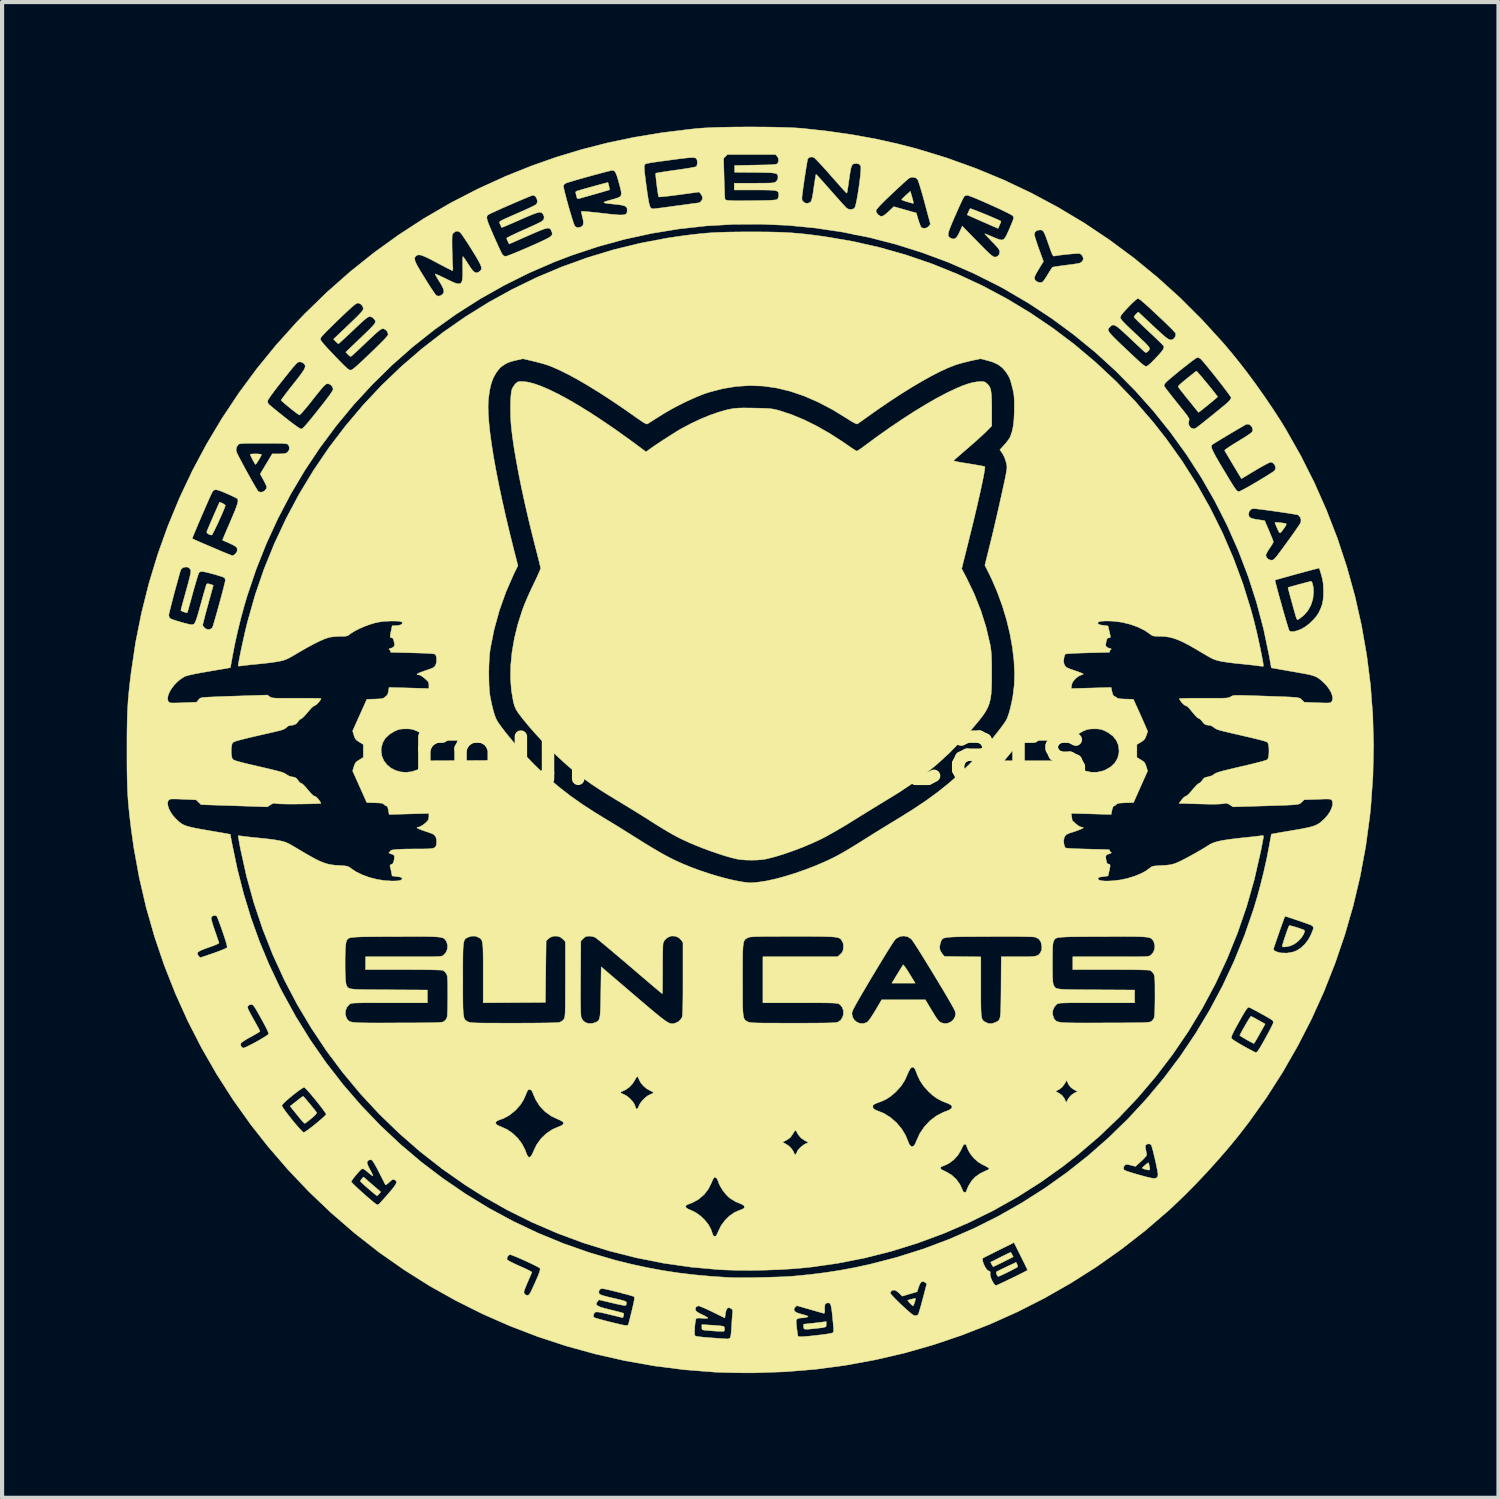
<source format=kicad_pcb>
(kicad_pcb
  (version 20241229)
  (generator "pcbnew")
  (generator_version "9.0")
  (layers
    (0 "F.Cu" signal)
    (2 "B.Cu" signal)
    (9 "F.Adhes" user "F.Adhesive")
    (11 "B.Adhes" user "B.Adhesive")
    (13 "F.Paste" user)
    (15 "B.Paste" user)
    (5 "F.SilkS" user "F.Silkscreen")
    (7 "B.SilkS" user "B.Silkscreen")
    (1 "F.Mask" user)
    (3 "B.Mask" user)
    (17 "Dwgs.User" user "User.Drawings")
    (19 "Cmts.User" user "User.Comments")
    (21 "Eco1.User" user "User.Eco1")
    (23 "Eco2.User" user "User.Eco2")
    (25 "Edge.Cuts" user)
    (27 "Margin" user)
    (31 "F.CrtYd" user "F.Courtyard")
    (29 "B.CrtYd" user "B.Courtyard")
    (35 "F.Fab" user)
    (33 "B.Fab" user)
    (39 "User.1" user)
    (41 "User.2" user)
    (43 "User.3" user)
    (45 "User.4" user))
  (footprint "round_suncats"
    (layer "F.Cu")
    (at 14.999 15.001)
    (property "Reference" "round_suncats" (at 0 0 0) (layer "F.SilkS") (effects (font (size 1.524 1.524) (thickness 0.3))))
    (attr through_hole)
    (fp_poly (pts (xy 3.696 5.175) (xy 3.724 5.21) (xy 3.764 5.267) (xy 3.811 5.34) (xy 3.834 5.378) (xy 3.973 5.606) (xy 3.411 5.606) (xy 3.54 5.393) (xy 3.589 5.314) (xy 3.631 5.246) (xy 3.663 5.195) (xy 3.681 5.168) (xy 3.683 5.165) (xy 3.696 5.175)) (stroke (width 0.01) (type solid)) (fill yes) (layer "F.SilkS"))
    (fp_poly (pts (xy 9.593 9.947) (xy 9.603 9.99) (xy 9.61 10.019) (xy 9.619 10.069) (xy 9.616 10.096) (xy 9.594 10.104) (xy 9.547 10.095) (xy 9.502 10.084) (xy 9.459 10.07) (xy 9.436 10.057) (xy 9.435 10.054) (xy 9.447 10.037) (xy 9.477 10.008) (xy 9.516 9.975) (xy 9.553 9.946) (xy 9.58 9.928) (xy 9.586 9.927) (xy 9.593 9.947)) (stroke (width 0.01) (type solid)) (fill yes) (layer "F.SilkS"))
    (fp_poly (pts (xy 3.98 13.192) (xy 3.979 13.213) (xy 3.969 13.254) (xy 3.954 13.303) (xy 3.938 13.345) (xy 3.924 13.369) (xy 3.921 13.371) (xy 3.902 13.359) (xy 3.867 13.329) (xy 3.847 13.308) (xy 3.813 13.27) (xy 3.794 13.244) (xy 3.793 13.238) (xy 3.816 13.229) (xy 3.858 13.216) (xy 3.908 13.204) (xy 3.952 13.194) (xy 3.978 13.191) (xy 3.98 13.192)) (stroke (width 0.01) (type solid)) (fill yes) (layer "F.SilkS"))
    (fp_poly (pts (xy 3.884 -13.351) (xy 3.91 -13.261) (xy 3.925 -13.202) (xy 3.93 -13.168) (xy 3.926 -13.156) (xy 3.924 -13.156) (xy 3.901 -13.161) (xy 3.852 -13.175) (xy 3.789 -13.193) (xy 3.778 -13.196) (xy 3.715 -13.216) (xy 3.669 -13.233) (xy 3.647 -13.245) (xy 3.647 -13.247) (xy 3.659 -13.264) (xy 3.692 -13.298) (xy 3.739 -13.343) (xy 3.751 -13.354) (xy 3.855 -13.449) (xy 3.884 -13.351)) (stroke (width 0.01) (type solid)) (fill yes) (layer "F.SilkS"))
    (fp_poly (pts (xy 6.281 12.097) (xy 6.302 12.133) (xy 6.304 12.137) (xy 6.332 12.191) (xy 6.097 12.31) (xy 6.012 12.352) (xy 5.94 12.387) (xy 5.886 12.413) (xy 5.856 12.426) (xy 5.852 12.428) (xy 5.838 12.414) (xy 5.817 12.378) (xy 5.815 12.374) (xy 5.787 12.32) (xy 6.023 12.201) (xy 6.107 12.159) (xy 6.179 12.124) (xy 6.233 12.098) (xy 6.264 12.085) (xy 6.268 12.083) (xy 6.281 12.097)) (stroke (width 0.01) (type solid)) (fill yes) (layer "F.SilkS"))
    (fp_poly (pts (xy 12.685 -5.48) (xy 12.742 -5.475) (xy 12.803 -5.468) (xy 12.858 -5.46) (xy 12.896 -5.451) (xy 12.897 -5.451) (xy 12.903 -5.436) (xy 12.888 -5.4) (xy 12.853 -5.348) (xy 12.804 -5.28) (xy 12.771 -5.24) (xy 12.748 -5.228) (xy 12.729 -5.244) (xy 12.707 -5.286) (xy 12.685 -5.336) (xy 12.658 -5.399) (xy 12.638 -5.448) (xy 12.628 -5.476) (xy 12.627 -5.478) (xy 12.644 -5.482) (xy 12.685 -5.48)) (stroke (width 0.01) (type solid)) (fill yes) (layer "F.SilkS"))
    (fp_poly (pts (xy -11.854 -7.129) (xy -11.801 -7.125) (xy -11.765 -7.119) (xy -11.757 -7.113) (xy -11.765 -7.09) (xy -11.787 -7.047) (xy -11.817 -6.995) (xy -11.849 -6.943) (xy -11.877 -6.901) (xy -11.896 -6.878) (xy -11.899 -6.876) (xy -11.913 -6.891) (xy -11.937 -6.93) (xy -11.968 -6.985) (xy -11.97 -6.99) (xy -12 -7.048) (xy -12.021 -7.093) (xy -12.029 -7.116) (xy -12.029 -7.117) (xy -12.013 -7.124) (xy -11.971 -7.128) (xy -11.914 -7.13) (xy -11.854 -7.129)) (stroke (width 0.01) (type solid)) (fill yes) (layer "F.SilkS"))
    (fp_poly (pts (xy 1.832 13.813) (xy 1.832 13.842) (xy 1.827 13.863) (xy 1.812 13.877) (xy 1.781 13.888) (xy 1.73 13.897) (xy 1.652 13.906) (xy 1.575 13.915) (xy 1.468 13.926) (xy 1.391 13.933) (xy 1.34 13.933) (xy 1.31 13.928) (xy 1.294 13.915) (xy 1.289 13.895) (xy 1.288 13.873) (xy 1.288 13.812) (xy 1.483 13.791) (xy 1.573 13.781) (xy 1.658 13.771) (xy 1.726 13.763) (xy 1.755 13.759) (xy 1.832 13.748) (xy 1.832 13.813)) (stroke (width 0.01) (type solid)) (fill yes) (layer "F.SilkS"))
    (fp_poly (pts (xy 6.421 12.367) (xy 6.436 12.407) (xy 6.441 12.429) (xy 6.425 12.441) (xy 6.384 12.465) (xy 6.324 12.497) (xy 6.253 12.534) (xy 6.177 12.571) (xy 6.103 12.607) (xy 6.039 12.637) (xy 5.992 12.657) (xy 5.969 12.664) (xy 5.954 12.649) (xy 5.935 12.616) (xy 5.923 12.577) (xy 5.927 12.553) (xy 5.948 12.541) (xy 5.996 12.516) (xy 6.063 12.483) (xy 6.144 12.444) (xy 6.171 12.431) (xy 6.401 12.323) (xy 6.421 12.367)) (stroke (width 0.01) (type solid)) (fill yes) (layer "F.SilkS"))
    (fp_poly (pts (xy -9.101 10.445) (xy -9.029 10.507) (xy -8.968 10.56) (xy -8.921 10.6) (xy -8.895 10.623) (xy -8.891 10.626) (xy -8.897 10.641) (xy -8.919 10.669) (xy -8.948 10.699) (xy -8.972 10.719) (xy -8.979 10.722) (xy -8.996 10.71) (xy -9.035 10.679) (xy -9.091 10.633) (xy -9.158 10.576) (xy -9.183 10.554) (xy -9.253 10.493) (xy -9.312 10.439) (xy -9.355 10.398) (xy -9.377 10.373) (xy -9.379 10.37) (xy -9.368 10.346) (xy -9.341 10.312) (xy -9.341 10.311) (xy -9.302 10.27) (xy -9.101 10.445)) (stroke (width 0.01) (type solid)) (fill yes) (layer "F.SilkS"))
    (fp_poly (pts (xy -0.966 13.833) (xy -0.876 13.838) (xy -0.791 13.845) (xy -0.723 13.851) (xy -0.694 13.854) (xy -0.646 13.862) (xy -0.623 13.876) (xy -0.617 13.906) (xy -0.617 13.926) (xy -0.616 13.951) (xy -0.619 13.969) (xy -0.63 13.98) (xy -0.655 13.985) (xy -0.699 13.985) (xy -0.769 13.982) (xy -0.869 13.976) (xy -0.871 13.976) (xy -0.951 13.97) (xy -1.036 13.963) (xy -1.066 13.96) (xy -1.121 13.953) (xy -1.149 13.942) (xy -1.16 13.922) (xy -1.161 13.885) (xy -1.161 13.821) (xy -0.966 13.833)) (stroke (width 0.01) (type solid)) (fill yes) (layer "F.SilkS"))
    (fp_poly (pts (xy 12.993 4.222) (xy 13.039 4.232) (xy 13.1 4.249) (xy 13.17 4.27) (xy 13.237 4.293) (xy 13.295 4.314) (xy 13.333 4.331) (xy 13.341 4.337) (xy 13.342 4.359) (xy 13.329 4.402) (xy 13.316 4.434) (xy 13.26 4.521) (xy 13.181 4.602) (xy 13.091 4.668) (xy 13.003 4.708) (xy 12.924 4.727) (xy 12.859 4.735) (xy 12.815 4.731) (xy 12.804 4.725) (xy 12.806 4.705) (xy 12.819 4.659) (xy 12.838 4.594) (xy 12.863 4.517) (xy 12.89 4.437) (xy 12.917 4.359) (xy 12.942 4.292) (xy 12.961 4.244) (xy 12.973 4.222) (xy 12.993 4.222)) (stroke (width 0.01) (type solid)) (fill yes) (layer "F.SilkS"))
    (fp_poly (pts (xy 12.074 6.413) (xy 12.12 6.436) (xy 12.183 6.47) (xy 12.231 6.497) (xy 12.393 6.589) (xy 12.336 6.692) (xy 12.268 6.814) (xy 12.215 6.907) (xy 12.176 6.975) (xy 12.149 7.02) (xy 12.131 7.046) (xy 12.122 7.057) (xy 12.12 7.057) (xy 12.101 7.049) (xy 12.058 7.027) (xy 11.997 6.994) (xy 11.943 6.964) (xy 11.875 6.925) (xy 11.822 6.892) (xy 11.789 6.868) (xy 11.782 6.86) (xy 11.825 6.778) (xy 11.873 6.692) (xy 11.921 6.608) (xy 11.966 6.531) (xy 12.005 6.467) (xy 12.035 6.423) (xy 12.05 6.405) (xy 12.051 6.404) (xy 12.074 6.413)) (stroke (width 0.01) (type solid)) (fill yes) (layer "F.SilkS"))
    (fp_poly (pts (xy -10.741 8.341) (xy -10.708 8.377) (xy -10.663 8.43) (xy -10.61 8.494) (xy -10.553 8.563) (xy -10.497 8.632) (xy -10.447 8.696) (xy -10.429 8.72) (xy -10.434 8.742) (xy -10.47 8.784) (xy -10.537 8.844) (xy -10.557 8.861) (xy -10.618 8.911) (xy -10.67 8.951) (xy -10.705 8.975) (xy -10.717 8.981) (xy -10.735 8.968) (xy -10.769 8.932) (xy -10.814 8.882) (xy -10.833 8.858) (xy -10.889 8.789) (xy -10.947 8.718) (xy -10.995 8.659) (xy -11 8.652) (xy -11.068 8.567) (xy -10.918 8.448) (xy -10.855 8.398) (xy -10.803 8.359) (xy -10.767 8.334) (xy -10.755 8.328) (xy -10.741 8.341)) (stroke (width 0.01) (type solid)) (fill yes) (layer "F.SilkS"))
    (fp_poly (pts (xy -12.745 -5.962) (xy -12.708 -5.947) (xy -12.668 -5.924) (xy -12.637 -5.902) (xy -12.627 -5.888) (xy -12.635 -5.861) (xy -12.655 -5.808) (xy -12.685 -5.735) (xy -12.722 -5.65) (xy -12.764 -5.557) (xy -12.807 -5.462) (xy -12.85 -5.372) (xy -12.888 -5.293) (xy -12.921 -5.23) (xy -12.944 -5.189) (xy -12.955 -5.176) (xy -12.989 -5.181) (xy -13.032 -5.199) (xy -13.068 -5.227) (xy -13.073 -5.257) (xy -13.071 -5.263) (xy -13.061 -5.29) (xy -13.039 -5.342) (xy -13.009 -5.414) (xy -12.972 -5.5) (xy -12.932 -5.592) (xy -12.891 -5.686) (xy -12.851 -5.775) (xy -12.817 -5.854) (xy -12.789 -5.915) (xy -12.771 -5.954) (xy -12.765 -5.964) (xy -12.745 -5.962)) (stroke (width 0.01) (type solid)) (fill yes) (layer "F.SilkS"))
    (fp_poly (pts (xy 5.315 -13.028) (xy 5.361 -13.012) (xy 5.428 -12.987) (xy 5.511 -12.954) (xy 5.604 -12.917) (xy 5.701 -12.877) (xy 5.795 -12.837) (xy 5.882 -12.8) (xy 5.955 -12.768) (xy 6.008 -12.743) (xy 6.036 -12.728) (xy 6.037 -12.728) (xy 6.033 -12.711) (xy 6.019 -12.674) (xy 6 -12.628) (xy 5.981 -12.586) (xy 5.967 -12.559) (xy 5.964 -12.555) (xy 5.947 -12.563) (xy 5.902 -12.582) (xy 5.835 -12.611) (xy 5.751 -12.648) (xy 5.67 -12.684) (xy 5.568 -12.728) (xy 5.473 -12.77) (xy 5.391 -12.807) (xy 5.329 -12.834) (xy 5.302 -12.846) (xy 5.224 -12.88) (xy 5.253 -12.949) (xy 5.274 -12.996) (xy 5.293 -13.028) (xy 5.296 -13.032) (xy 5.315 -13.028)) (stroke (width 0.01) (type solid)) (fill yes) (layer "F.SilkS"))
    (fp_poly (pts (xy 13.517 -4.047) (xy 13.534 -4.002) (xy 13.548 -3.936) (xy 13.557 -3.856) (xy 13.558 -3.792) (xy 13.541 -3.636) (xy 13.494 -3.489) (xy 13.421 -3.357) (xy 13.332 -3.255) (xy 13.275 -3.205) (xy 13.222 -3.166) (xy 13.182 -3.143) (xy 13.168 -3.139) (xy 13.156 -3.155) (xy 13.139 -3.196) (xy 13.127 -3.234) (xy 13.103 -3.321) (xy 13.075 -3.418) (xy 13.047 -3.521) (xy 13.019 -3.623) (xy 12.993 -3.718) (xy 12.971 -3.801) (xy 12.954 -3.865) (xy 12.945 -3.904) (xy 12.943 -3.913) (xy 12.961 -3.919) (xy 13.006 -3.933) (xy 13.073 -3.952) (xy 13.152 -3.974) (xy 13.237 -3.997) (xy 13.321 -4.019) (xy 13.396 -4.039) (xy 13.455 -4.054) (xy 13.49 -4.063) (xy 13.497 -4.064) (xy 13.517 -4.047)) (stroke (width 0.01) (type solid)) (fill yes) (layer "F.SilkS"))
    (fp_poly (pts (xy -3.413 -13.637) (xy -3.402 -13.595) (xy -3.391 -13.547) (xy -3.384 -13.505) (xy -3.382 -13.485) (xy -3.383 -13.484) (xy -3.401 -13.478) (xy -3.449 -13.463) (xy -3.522 -13.442) (xy -3.613 -13.415) (xy -3.718 -13.385) (xy -3.74 -13.379) (xy -3.849 -13.348) (xy -3.947 -13.32) (xy -4.03 -13.297) (xy -4.089 -13.28) (xy -4.121 -13.27) (xy -4.123 -13.27) (xy -4.153 -13.272) (xy -4.163 -13.284) (xy -4.173 -13.316) (xy -4.186 -13.366) (xy -4.188 -13.375) (xy -4.198 -13.419) (xy -4.191 -13.442) (xy -4.162 -13.456) (xy -4.148 -13.46) (xy -4.083 -13.479) (xy -4 -13.504) (xy -3.905 -13.53) (xy -3.805 -13.558) (xy -3.705 -13.586) (xy -3.611 -13.611) (xy -3.53 -13.633) (xy -3.467 -13.649) (xy -3.43 -13.658) (xy -3.421 -13.659) (xy -3.413 -13.637)) (stroke (width 0.01) (type solid)) (fill yes) (layer "F.SilkS"))
    (fp_poly (pts (xy 10.753 -9.11) (xy 10.786 -9.074) (xy 10.833 -9.02) (xy 10.891 -8.952) (xy 10.955 -8.875) (xy 11.021 -8.795) (xy 11.086 -8.715) (xy 11.145 -8.642) (xy 11.194 -8.579) (xy 11.23 -8.532) (xy 11.247 -8.505) (xy 11.249 -8.502) (xy 11.235 -8.489) (xy 11.199 -8.457) (xy 11.147 -8.413) (xy 11.083 -8.36) (xy 11.014 -8.303) (xy 10.945 -8.248) (xy 10.883 -8.198) (xy 10.833 -8.158) (xy 10.8 -8.134) (xy 10.791 -8.129) (xy 10.779 -8.143) (xy 10.747 -8.18) (xy 10.7 -8.238) (xy 10.641 -8.311) (xy 10.573 -8.396) (xy 10.559 -8.413) (xy 10.488 -8.501) (xy 10.424 -8.582) (xy 10.37 -8.65) (xy 10.331 -8.7) (xy 10.311 -8.727) (xy 10.309 -8.728) (xy 10.303 -8.743) (xy 10.307 -8.76) (xy 10.325 -8.784) (xy 10.361 -8.818) (xy 10.418 -8.867) (xy 10.499 -8.933) (xy 10.506 -8.939) (xy 10.582 -9) (xy 10.649 -9.053) (xy 10.7 -9.094) (xy 10.732 -9.117) (xy 10.739 -9.122) (xy 10.753 -9.11)) (stroke (width 0.01) (type solid)) (fill yes) (layer "F.SilkS"))
    (fp_poly (pts (xy -5.358 -8.859) (xy -5.207 -8.822) (xy -5.032 -8.761) (xy -4.836 -8.677) (xy -4.618 -8.57) (xy -4.38 -8.442) (xy -4.123 -8.292) (xy -3.848 -8.122) (xy -3.558 -7.932) (xy -3.252 -7.723) (xy -2.932 -7.495) (xy -2.599 -7.25) (xy -2.581 -7.236) (xy -2.504 -7.178) (xy -2.436 -7.229) (xy -2.354 -7.287) (xy -2.25 -7.358) (xy -2.132 -7.437) (xy -2.008 -7.517) (xy -1.887 -7.594) (xy -1.776 -7.664) (xy -1.683 -7.72) (xy -1.648 -7.74) (xy -1.423 -7.859) (xy -1.196 -7.966) (xy -0.971 -8.059) (xy -0.757 -8.134) (xy -0.561 -8.19) (xy -0.464 -8.21) (xy -0.4 -8.221) (xy -0.332 -8.228) (xy -0.254 -8.233) (xy -0.16 -8.235) (xy -0.043 -8.234) (xy 0.104 -8.232) (xy 0.107 -8.232) (xy 0.242 -8.229) (xy 0.347 -8.226) (xy 0.429 -8.222) (xy 0.495 -8.216) (xy 0.552 -8.208) (xy 0.607 -8.197) (xy 0.666 -8.182) (xy 0.717 -8.168) (xy 1.001 -8.074) (xy 1.299 -7.95) (xy 1.606 -7.798) (xy 1.92 -7.619) (xy 2.237 -7.415) (xy 2.34 -7.343) (xy 2.416 -7.29) (xy 2.483 -7.246) (xy 2.534 -7.214) (xy 2.564 -7.198) (xy 2.568 -7.197) (xy 2.589 -7.207) (xy 2.633 -7.235) (xy 2.694 -7.277) (xy 2.764 -7.329) (xy 2.768 -7.332) (xy 3.066 -7.552) (xy 3.365 -7.763) (xy 3.66 -7.962) (xy 3.947 -8.148) (xy 4.223 -8.316) (xy 4.482 -8.465) (xy 4.72 -8.591) (xy 4.77 -8.616) (xy 4.948 -8.7) (xy 5.102 -8.766) (xy 5.235 -8.813) (xy 5.353 -8.846) (xy 5.46 -8.864) (xy 5.498 -8.867) (xy 5.569 -8.871) (xy 5.615 -8.869) (xy 5.648 -8.859) (xy 5.678 -8.839) (xy 5.691 -8.828) (xy 5.728 -8.793) (xy 5.757 -8.755) (xy 5.779 -8.708) (xy 5.794 -8.648) (xy 5.805 -8.57) (xy 5.811 -8.469) (xy 5.814 -8.341) (xy 5.815 -8.206) (xy 5.815 -7.802) (xy 5.688 -7.673) (xy 5.636 -7.623) (xy 5.562 -7.554) (xy 5.473 -7.473) (xy 5.375 -7.386) (xy 5.274 -7.298) (xy 5.243 -7.271) (xy 5.151 -7.192) (xy 5.068 -7.12) (xy 4.997 -7.058) (xy 4.943 -7.011) (xy 4.909 -6.982) (xy 4.902 -6.976) (xy 4.901 -6.967) (xy 4.918 -6.958) (xy 4.958 -6.947) (xy 5.023 -6.933) (xy 5.117 -6.917) (xy 5.243 -6.897) (xy 5.256 -6.895) (xy 5.369 -6.876) (xy 5.47 -6.859) (xy 5.553 -6.844) (xy 5.613 -6.832) (xy 5.644 -6.824) (xy 5.647 -6.823) (xy 5.65 -6.799) (xy 5.643 -6.743) (xy 5.629 -6.656) (xy 5.607 -6.54) (xy 5.578 -6.398) (xy 5.542 -6.232) (xy 5.5 -6.045) (xy 5.452 -5.837) (xy 5.399 -5.612) (xy 5.341 -5.371) (xy 5.278 -5.118) (xy 5.267 -5.073) (xy 5.091 -4.367) (xy 5.211 -4.139) (xy 5.396 -3.753) (xy 5.552 -3.359) (xy 5.677 -2.962) (xy 5.77 -2.567) (xy 5.781 -2.513) (xy 5.791 -2.445) (xy 5.8 -2.374) (xy 5.806 -2.292) (xy 5.81 -2.194) (xy 5.813 -2.075) (xy 5.814 -1.928) (xy 5.814 -1.851) (xy 5.813 -1.656) (xy 5.809 -1.493) (xy 5.8 -1.354) (xy 5.783 -1.234) (xy 5.757 -1.128) (xy 5.719 -1.029) (xy 5.668 -0.932) (xy 5.601 -0.832) (xy 5.516 -0.722) (xy 5.412 -0.597) (xy 5.327 -0.499) (xy 5.055 -0.198) (xy 4.784 0.077) (xy 4.508 0.33) (xy 4.22 0.567) (xy 3.914 0.794) (xy 3.584 1.015) (xy 3.302 1.188) (xy 3.208 1.245) (xy 3.091 1.316) (xy 2.957 1.399) (xy 2.813 1.487) (xy 2.667 1.577) (xy 2.526 1.665) (xy 2.499 1.682) (xy 2.352 1.773) (xy 2.202 1.863) (xy 2.055 1.949) (xy 1.918 2.026) (xy 1.799 2.092) (xy 1.706 2.14) (xy 1.498 2.236) (xy 1.276 2.33) (xy 1.048 2.417) (xy 0.824 2.495) (xy 0.611 2.561) (xy 0.418 2.611) (xy 0.372 2.621) (xy 0.276 2.635) (xy 0.156 2.644) (xy 0.025 2.646) (xy -0.106 2.643) (xy -0.225 2.634) (xy -0.308 2.621) (xy -0.439 2.59) (xy -0.595 2.546) (xy -0.769 2.49) (xy -0.953 2.427) (xy -1.139 2.358) (xy -1.32 2.286) (xy -1.489 2.214) (xy -1.565 2.179) (xy -1.666 2.131) (xy -1.764 2.081) (xy -1.864 2.027) (xy -1.971 1.966) (xy -2.091 1.894) (xy -2.229 1.809) (xy -2.391 1.707) (xy -2.431 1.681) (xy -2.556 1.602) (xy -2.703 1.511) (xy -2.86 1.414) (xy -3.019 1.317) (xy -3.168 1.226) (xy -3.237 1.185) (xy -3.447 1.057) (xy -3.63 0.941) (xy -3.795 0.832) (xy -3.948 0.724) (xy -4.095 0.614) (xy -4.244 0.496) (xy -4.316 0.436) (xy -4.479 0.295) (xy -4.651 0.135) (xy -4.829 -0.04) (xy -5.005 -0.222) (xy -5.175 -0.406) (xy -5.332 -0.586) (xy -5.472 -0.756) (xy -5.581 -0.9) (xy -5.631 -0.978) (xy -5.666 -1.058) (xy -5.694 -1.155) (xy -5.696 -1.163) (xy -5.743 -1.435) (xy -5.765 -1.728) (xy -5.76 -2.036) (xy -5.729 -2.357) (xy -5.673 -2.686) (xy -5.592 -3.02) (xy -5.486 -3.353) (xy -5.461 -3.423) (xy -5.422 -3.523) (xy -5.371 -3.644) (xy -5.313 -3.776) (xy -5.252 -3.907) (xy -5.203 -4.01) (xy -5.153 -4.112) (xy -5.11 -4.206) (xy -5.075 -4.284) (xy -5.051 -4.342) (xy -5.04 -4.375) (xy -5.04 -4.378) (xy -5.045 -4.405) (xy -5.058 -4.461) (xy -5.077 -4.541) (xy -5.102 -4.639) (xy -5.13 -4.75) (xy -5.142 -4.795) (xy -5.239 -5.176) (xy -5.331 -5.554) (xy -5.416 -5.924) (xy -5.494 -6.282) (xy -5.564 -6.626) (xy -5.624 -6.95) (xy -5.676 -7.251) (xy -5.716 -7.526) (xy -5.743 -7.744) (xy -5.754 -7.872) (xy -5.762 -8.011) (xy -5.765 -8.153) (xy -5.765 -8.291) (xy -5.762 -8.42) (xy -5.755 -8.533) (xy -5.745 -8.622) (xy -5.732 -8.68) (xy -5.703 -8.739) (xy -5.661 -8.799) (xy -5.65 -8.811) (xy -5.614 -8.846) (xy -5.581 -8.864) (xy -5.536 -8.871) (xy -5.484 -8.872) (xy -5.358 -8.859)) (stroke (width 0.01) (type solid)) (fill yes) (layer "F.SilkS"))
    (fp_poly (pts (xy 0.264 -12.471) (xy 0.48 -12.469) (xy 0.674 -12.464) (xy 0.851 -12.457) (xy 1.018 -12.447) (xy 1.183 -12.433) (xy 1.351 -12.416) (xy 1.53 -12.394) (xy 1.725 -12.368) (xy 1.816 -12.355) (xy 2.473 -12.243) (xy 3.121 -12.096) (xy 3.757 -11.915) (xy 4.382 -11.701) (xy 4.993 -11.454) (xy 5.59 -11.176) (xy 6.171 -10.867) (xy 6.735 -10.527) (xy 7.281 -10.158) (xy 7.808 -9.76) (xy 8.314 -9.334) (xy 8.799 -8.88) (xy 9.261 -8.4) (xy 9.699 -7.893) (xy 10.017 -7.488) (xy 10.397 -6.954) (xy 10.75 -6.397) (xy 11.073 -5.822) (xy 11.367 -5.23) (xy 11.628 -4.625) (xy 11.857 -4.008) (xy 12.051 -3.383) (xy 12.129 -3.093) (xy 12.158 -2.974) (xy 12.189 -2.846) (xy 12.219 -2.712) (xy 12.249 -2.577) (xy 12.277 -2.447) (xy 12.301 -2.326) (xy 12.322 -2.218) (xy 12.338 -2.13) (xy 12.348 -2.065) (xy 12.352 -2.028) (xy 12.351 -2.021) (xy 12.329 -2.019) (xy 12.283 -2.023) (xy 12.226 -2.03) (xy 12.168 -2.038) (xy 12.083 -2.048) (xy 11.98 -2.059) (xy 11.869 -2.071) (xy 11.801 -2.077) (xy 11.683 -2.089) (xy 11.563 -2.104) (xy 11.452 -2.119) (xy 11.36 -2.133) (xy 11.325 -2.14) (xy 11.263 -2.154) (xy 11.209 -2.169) (xy 11.156 -2.188) (xy 11.099 -2.215) (xy 11.029 -2.253) (xy 10.94 -2.305) (xy 10.864 -2.35) (xy 10.688 -2.454) (xy 10.537 -2.539) (xy 10.406 -2.606) (xy 10.29 -2.657) (xy 10.186 -2.694) (xy 10.087 -2.719) (xy 9.991 -2.733) (xy 9.892 -2.739) (xy 9.858 -2.74) (xy 9.777 -2.741) (xy 9.722 -2.745) (xy 9.685 -2.754) (xy 9.656 -2.77) (xy 9.64 -2.782) (xy 9.5 -2.879) (xy 9.333 -2.962) (xy 9.147 -3.029) (xy 8.949 -3.077) (xy 8.747 -3.103) (xy 8.648 -3.108) (xy 8.534 -3.108) (xy 8.453 -3.103) (xy 8.4 -3.093) (xy 8.373 -3.076) (xy 8.367 -3.053) (xy 8.367 -3.051) (xy 8.382 -3.032) (xy 8.419 -3.018) (xy 8.487 -3.005) (xy 8.493 -3.005) (xy 8.612 -2.989) (xy 8.643 -2.86) (xy 8.66 -2.785) (xy 8.669 -2.739) (xy 8.668 -2.715) (xy 8.658 -2.705) (xy 8.639 -2.703) (xy 8.631 -2.703) (xy 8.605 -2.698) (xy 8.588 -2.677) (xy 8.574 -2.632) (xy 8.568 -2.608) (xy 8.558 -2.551) (xy 8.558 -2.518) (xy 8.57 -2.495) (xy 8.585 -2.481) (xy 8.626 -2.457) (xy 8.656 -2.449) (xy 8.685 -2.441) (xy 8.69 -2.431) (xy 8.677 -2.414) (xy 8.672 -2.413) (xy 8.656 -2.398) (xy 8.654 -2.386) (xy 8.652 -2.36) (xy 8.65 -2.356) (xy 8.631 -2.355) (xy 8.581 -2.354) (xy 8.503 -2.351) (xy 8.403 -2.349) (xy 8.286 -2.346) (xy 8.154 -2.343) (xy 8.123 -2.342) (xy 7.96 -2.337) (xy 7.823 -2.332) (xy 7.714 -2.326) (xy 7.637 -2.32) (xy 7.592 -2.314) (xy 7.583 -2.31) (xy 7.569 -2.282) (xy 7.555 -2.232) (xy 7.55 -2.202) (xy 7.544 -2.132) (xy 7.556 -2.076) (xy 7.567 -2.05) (xy 7.583 -2.022) (xy 7.603 -2.001) (xy 7.634 -1.981) (xy 7.683 -1.96) (xy 7.757 -1.934) (xy 7.809 -1.916) (xy 7.889 -1.888) (xy 7.956 -1.863) (xy 8.001 -1.844) (xy 8.019 -1.833) (xy 8.019 -1.832) (xy 8.003 -1.82) (xy 7.966 -1.808) (xy 7.964 -1.808) (xy 7.921 -1.789) (xy 7.867 -1.753) (xy 7.829 -1.719) (xy 7.777 -1.662) (xy 7.749 -1.61) (xy 7.737 -1.562) (xy 7.725 -1.483) (xy 8.206 -1.496) (xy 8.687 -1.51) (xy 8.708 -1.409) (xy 8.725 -1.346) (xy 8.744 -1.311) (xy 8.769 -1.295) (xy 8.809 -1.275) (xy 8.826 -1.259) (xy 8.852 -1.246) (xy 8.906 -1.237) (xy 8.994 -1.231) (xy 9.034 -1.23) (xy 9.223 -1.225) (xy 9.318 -1.016) (xy 9.365 -0.913) (xy 9.415 -0.801) (xy 9.462 -0.695) (xy 9.49 -0.63) (xy 9.567 -0.453) (xy 9.533 -0.352) (xy 9.509 -0.291) (xy 9.48 -0.25) (xy 9.436 -0.215) (xy 9.403 -0.194) (xy 9.307 -0.137) (xy 9.307 0.174) (xy 9.404 0.233) (xy 9.46 0.269) (xy 9.494 0.303) (xy 9.517 0.348) (xy 9.533 0.396) (xy 9.565 0.501) (xy 9.395 0.881) (xy 9.226 1.261) (xy 9.036 1.266) (xy 8.947 1.27) (xy 8.888 1.275) (xy 8.849 1.283) (xy 8.824 1.296) (xy 8.813 1.307) (xy 8.779 1.334) (xy 8.755 1.343) (xy 8.735 1.36) (xy 8.716 1.41) (xy 8.708 1.445) (xy 8.687 1.547) (xy 8.206 1.533) (xy 7.726 1.52) (xy 7.739 1.608) (xy 7.747 1.659) (xy 7.752 1.691) (xy 7.754 1.697) (xy 7.767 1.708) (xy 7.8 1.737) (xy 7.842 1.774) (xy 7.903 1.822) (xy 7.955 1.847) (xy 7.973 1.851) (xy 8.008 1.856) (xy 8.019 1.866) (xy 8.003 1.879) (xy 7.959 1.9) (xy 7.895 1.926) (xy 7.818 1.954) (xy 7.735 1.981) (xy 7.678 1.998) (xy 7.605 2.034) (xy 7.561 2.093) (xy 7.545 2.175) (xy 7.55 2.239) (xy 7.561 2.295) (xy 7.576 2.336) (xy 7.583 2.347) (xy 7.609 2.355) (xy 7.67 2.362) (xy 7.767 2.368) (xy 7.897 2.373) (xy 8.062 2.378) (xy 8.106 2.379) (xy 8.262 2.383) (xy 8.385 2.386) (xy 8.48 2.388) (xy 8.55 2.39) (xy 8.598 2.393) (xy 8.629 2.396) (xy 8.647 2.4) (xy 8.654 2.404) (xy 8.655 2.41) (xy 8.654 2.418) (xy 8.654 2.422) (xy 8.664 2.446) (xy 8.672 2.449) (xy 8.692 2.457) (xy 8.686 2.473) (xy 8.66 2.49) (xy 8.636 2.497) (xy 8.588 2.512) (xy 8.563 2.538) (xy 8.558 2.583) (xy 8.567 2.644) (xy 8.582 2.703) (xy 8.599 2.732) (xy 8.619 2.74) (xy 8.647 2.744) (xy 8.661 2.763) (xy 8.662 2.802) (xy 8.65 2.866) (xy 8.642 2.9) (xy 8.612 3.026) (xy 8.492 3.042) (xy 8.427 3.052) (xy 8.391 3.062) (xy 8.375 3.077) (xy 8.373 3.093) (xy 8.39 3.121) (xy 8.443 3.139) (xy 8.53 3.148) (xy 8.652 3.147) (xy 8.763 3.14) (xy 8.922 3.119) (xy 9.084 3.083) (xy 9.242 3.035) (xy 9.387 2.977) (xy 9.512 2.913) (xy 9.608 2.844) (xy 9.61 2.843) (xy 9.638 2.82) (xy 9.665 2.803) (xy 9.697 2.792) (xy 9.742 2.785) (xy 9.809 2.78) (xy 9.904 2.774) (xy 10.008 2.768) (xy 10.086 2.76) (xy 10.15 2.748) (xy 10.21 2.731) (xy 10.273 2.707) (xy 10.34 2.676) (xy 10.431 2.631) (xy 10.538 2.574) (xy 10.654 2.511) (xy 10.771 2.445) (xy 10.882 2.38) (xy 10.979 2.321) (xy 11.022 2.293) (xy 11.073 2.262) (xy 11.13 2.235) (xy 11.195 2.212) (xy 11.274 2.191) (xy 11.369 2.171) (xy 11.485 2.153) (xy 11.625 2.134) (xy 11.794 2.114) (xy 11.983 2.094) (xy 12.083 2.084) (xy 12.173 2.074) (xy 12.246 2.065) (xy 12.295 2.058) (xy 12.305 2.056) (xy 12.344 2.054) (xy 12.355 2.071) (xy 12.352 2.095) (xy 12.342 2.15) (xy 12.327 2.228) (xy 12.309 2.325) (xy 12.287 2.434) (xy 12.282 2.458) (xy 12.131 3.118) (xy 11.947 3.765) (xy 11.729 4.398) (xy 11.479 5.016) (xy 11.198 5.618) (xy 10.885 6.203) (xy 10.542 6.771) (xy 10.169 7.319) (xy 9.767 7.847) (xy 9.336 8.354) (xy 8.877 8.84) (xy 8.392 9.302) (xy 7.879 9.74) (xy 7.525 10.017) (xy 6.987 10.4) (xy 6.429 10.753) (xy 5.852 11.077) (xy 5.26 11.369) (xy 4.653 11.631) (xy 4.033 11.86) (xy 3.403 12.056) (xy 2.764 12.218) (xy 2.119 12.345) (xy 1.468 12.438) (xy 1.315 12.454) (xy 1.018 12.48) (xy 0.699 12.499) (xy 0.369 12.511) (xy 0.039 12.517) (xy -0.283 12.516) (xy -0.585 12.507) (xy -0.753 12.499) (xy -1.42 12.439) (xy -2.081 12.345) (xy -2.735 12.215) (xy -3.38 12.052) (xy -4.014 11.855) (xy -4.636 11.624) (xy -5.245 11.361) (xy -5.839 11.066) (xy -6 10.975) (xy -1.554 10.975) (xy -1.541 11.007) (xy -1.492 11.04) (xy -1.427 11.068) (xy -1.31 11.125) (xy -1.196 11.206) (xy -1.093 11.304) (xy -1.007 11.41) (xy -0.946 11.519) (xy -0.924 11.58) (xy -0.901 11.652) (xy -0.876 11.69) (xy -0.846 11.698) (xy -0.822 11.688) (xy -0.805 11.665) (xy -0.782 11.618) (xy -0.762 11.571) (xy -0.696 11.438) (xy -0.605 11.314) (xy -0.496 11.207) (xy -0.375 11.123) (xy -0.266 11.075) (xy -0.209 11.054) (xy -0.164 11.033) (xy -0.149 11.023) (xy -0.133 10.99) (xy -0.15 10.956) (xy -0.196 10.927) (xy -0.215 10.92) (xy -0.349 10.864) (xy -0.473 10.788) (xy -0.52 10.751) (xy -0.587 10.683) (xy -0.653 10.598) (xy -0.71 10.507) (xy -0.752 10.423) (xy -0.765 10.383) (xy -0.789 10.322) (xy -0.82 10.286) (xy -0.855 10.279) (xy -0.866 10.284) (xy -0.883 10.307) (xy -0.906 10.353) (xy -0.924 10.398) (xy -1.002 10.557) (xy -1.108 10.694) (xy -1.239 10.806) (xy -1.393 10.891) (xy -1.473 10.92) (xy -1.531 10.947) (xy -1.554 10.975) (xy -6 10.975) (xy -6.416 10.74) (xy -6.858 10.46) (xy -7.412 10.072) (xy -7.429 10.058) (xy 4.583 10.058) (xy 4.596 10.083) (xy 4.623 10.1) (xy 4.672 10.124) (xy 4.72 10.147) (xy 4.849 10.223) (xy 4.961 10.326) (xy 5.049 10.448) (xy 5.101 10.56) (xy 5.12 10.605) (xy 5.138 10.633) (xy 5.14 10.635) (xy 5.172 10.64) (xy 5.2 10.624) (xy 5.207 10.605) (xy 5.215 10.579) (xy 5.235 10.53) (xy 5.262 10.474) (xy 5.332 10.361) (xy 5.421 10.267) (xy 5.534 10.187) (xy 5.678 10.117) (xy 5.703 10.107) (xy 5.738 10.09) (xy 5.751 10.073) (xy 5.739 10.052) (xy 5.7 10.026) (xy 5.631 9.99) (xy 5.583 9.967) (xy 5.481 9.904) (xy 5.383 9.816) (xy 5.3 9.713) (xy 5.252 9.63) (xy 5.228 9.574) (xy 5.211 9.531) (xy 5.207 9.513) (xy 5.193 9.489) (xy 5.163 9.481) (xy 5.138 9.494) (xy 5.123 9.521) (xy 5.098 9.571) (xy 5.073 9.625) (xy 4.999 9.748) (xy 4.899 9.857) (xy 4.782 9.943) (xy 4.744 9.962) (xy 4.686 9.989) (xy 4.639 10.008) (xy 4.615 10.015) (xy 4.59 10.029) (xy 4.583 10.058) (xy -7.429 10.058) (xy -7.942 9.657) (xy -8.446 9.217) (xy -8.719 8.953) (xy -6.12 8.953) (xy -6.117 8.988) (xy -6.079 9.023) (xy -6.008 9.056) (xy -5.994 9.061) (xy -5.85 9.125) (xy -5.713 9.219) (xy -5.591 9.336) (xy -5.49 9.47) (xy -5.415 9.615) (xy -5.405 9.643) (xy -5.373 9.726) (xy -5.346 9.776) (xy -5.322 9.796) (xy -5.317 9.797) (xy -5.294 9.787) (xy -5.277 9.774) (xy -5.256 9.746) (xy -5.23 9.695) (xy -5.211 9.649) (xy -5.134 9.489) (xy -5.093 9.433) (xy 0.779 9.433) (xy 0.848 9.468) (xy 0.93 9.522) (xy 0.999 9.591) (xy 1.046 9.664) (xy 1.054 9.683) (xy 1.07 9.722) (xy 1.086 9.731) (xy 1.099 9.723) (xy 1.121 9.692) (xy 1.125 9.677) (xy 1.139 9.643) (xy 1.174 9.598) (xy 1.223 9.549) (xy 1.277 9.505) (xy 1.327 9.473) (xy 1.333 9.471) (xy 1.406 9.44) (xy 1.327 9.399) (xy 1.224 9.33) (xy 1.152 9.243) (xy 1.131 9.203) (xy 1.111 9.164) (xy 1.095 9.145) (xy 1.093 9.145) (xy 1.077 9.159) (xy 1.051 9.197) (xy 1.025 9.239) (xy 0.977 9.309) (xy 0.918 9.358) (xy 0.875 9.383) (xy 0.779 9.433) (xy -5.093 9.433) (xy -5.029 9.344) (xy -4.901 9.222) (xy -4.756 9.125) (xy -4.627 9.069) (xy -4.544 9.035) (xy -4.497 9.002) (xy -4.487 8.969) (xy -4.512 8.936) (xy -4.574 8.902) (xy -4.605 8.889) (xy -4.782 8.806) (xy -4.934 8.697) (xy -5.061 8.564) (xy -5.159 8.409) (xy -5.205 8.304) (xy -5.232 8.237) (xy -3.121 8.237) (xy -3.105 8.25) (xy -3.066 8.27) (xy -3.039 8.281) (xy -2.968 8.32) (xy -2.895 8.379) (xy -2.831 8.448) (xy -2.785 8.516) (xy -2.774 8.543) (xy -2.758 8.59) (xy -2.746 8.62) (xy -2.745 8.623) (xy -2.725 8.634) (xy -2.701 8.616) (xy -2.689 8.591) (xy 2.951 8.591) (xy 2.977 8.632) (xy 3.033 8.665) (xy 3.051 8.671) (xy 3.22 8.739) (xy 3.378 8.838) (xy 3.522 8.963) (xy 3.645 9.109) (xy 3.743 9.271) (xy 3.8 9.412) (xy 3.833 9.489) (xy 3.87 9.531) (xy 3.91 9.537) (xy 3.94 9.52) (xy 3.962 9.491) (xy 3.987 9.441) (xy 4 9.407) (xy 4.083 9.224) (xy 4.194 9.06) (xy 4.329 8.916) (xy 4.485 8.798) (xy 4.657 8.709) (xy 4.729 8.683) (xy 4.807 8.649) (xy 4.851 8.613) (xy 4.86 8.575) (xy 4.833 8.538) (xy 4.771 8.504) (xy 4.757 8.499) (xy 4.616 8.443) (xy 4.5 8.381) (xy 4.395 8.306) (xy 4.291 8.21) (xy 4.289 8.208) (xy 7.351 8.208) (xy 7.438 8.258) (xy 7.508 8.308) (xy 7.555 8.371) (xy 7.566 8.393) (xy 7.607 8.477) (xy 7.634 8.425) (xy 7.665 8.375) (xy 7.705 8.324) (xy 7.708 8.321) (xy 7.758 8.278) (xy 7.814 8.244) (xy 7.818 8.242) (xy 7.88 8.216) (xy 7.788 8.164) (xy 7.719 8.115) (xy 7.672 8.058) (xy 7.656 8.028) (xy 7.616 7.944) (xy 7.565 8.033) (xy 7.505 8.112) (xy 7.432 8.165) (xy 7.351 8.208) (xy 4.289 8.208) (xy 4.175 8.082) (xy 4.089 7.953) (xy 4.023 7.814) (xy 4.001 7.752) (xy 3.969 7.674) (xy 3.934 7.633) (xy 3.897 7.627) (xy 3.859 7.658) (xy 3.819 7.725) (xy 3.793 7.787) (xy 3.72 7.948) (xy 3.63 8.086) (xy 3.514 8.213) (xy 3.495 8.232) (xy 3.385 8.326) (xy 3.279 8.396) (xy 3.165 8.45) (xy 3.095 8.475) (xy 3.032 8.499) (xy 2.983 8.523) (xy 2.959 8.543) (xy 2.959 8.544) (xy 2.951 8.591) (xy -2.689 8.591) (xy -2.681 8.574) (xy -2.678 8.564) (xy -2.648 8.503) (xy -2.596 8.434) (xy -2.531 8.368) (xy -2.464 8.315) (xy -2.409 8.287) (xy -2.362 8.268) (xy -2.332 8.249) (xy -2.327 8.243) (xy -2.339 8.226) (xy -2.376 8.205) (xy -2.403 8.193) (xy -2.481 8.15) (xy -2.558 8.087) (xy -2.623 8.014) (xy -2.666 7.941) (xy -2.67 7.929) (xy -2.689 7.883) (xy -2.707 7.856) (xy -2.712 7.853) (xy -2.73 7.867) (xy -2.755 7.904) (xy -2.771 7.935) (xy -2.83 8.027) (xy -2.909 8.11) (xy -2.998 8.173) (xy -3.04 8.193) (xy -3.087 8.213) (xy -3.116 8.231) (xy -3.121 8.237) (xy -5.232 8.237) (xy -5.232 8.236) (xy -5.253 8.196) (xy -5.274 8.175) (xy -5.301 8.168) (xy -5.301 8.168) (xy -5.326 8.168) (xy -5.346 8.18) (xy -5.364 8.211) (xy -5.388 8.267) (xy -5.396 8.289) (xy -5.457 8.424) (xy -5.531 8.538) (xy -5.627 8.646) (xy -5.663 8.681) (xy -5.795 8.786) (xy -5.932 8.86) (xy -6.02 8.891) (xy -6.087 8.92) (xy -6.12 8.953) (xy -8.719 8.953) (xy -8.925 8.754) (xy -9.376 8.268) (xy -9.8 7.759) (xy -10.196 7.23) (xy -10.562 6.681) (xy -10.9 6.114) (xy -11.207 5.529) (xy -11.376 5.159) (xy -9.745 5.159) (xy -9.744 5.282) (xy -9.741 5.398) (xy -9.736 5.5) (xy -9.729 5.581) (xy -9.72 5.635) (xy -9.716 5.649) (xy -9.704 5.673) (xy -9.693 5.694) (xy -9.679 5.711) (xy -9.659 5.724) (xy -9.63 5.736) (xy -9.589 5.744) (xy -9.534 5.751) (xy -9.46 5.756) (xy -9.366 5.759) (xy -9.248 5.761) (xy -9.103 5.763) (xy -8.928 5.764) (xy -8.721 5.765) (xy -8.686 5.766) (xy -7.765 5.771) (xy -7.765 6.078) (xy -8.679 6.078) (xy -8.884 6.078) (xy -9.057 6.078) (xy -9.199 6.079) (xy -9.314 6.079) (xy -9.406 6.081) (xy -9.477 6.083) (xy -9.53 6.085) (xy -9.568 6.089) (xy -9.596 6.094) (xy -9.614 6.1) (xy -9.628 6.107) (xy -9.64 6.115) (xy -9.641 6.116) (xy -9.701 6.184) (xy -9.734 6.267) (xy -9.739 6.356) (xy -9.714 6.44) (xy -9.693 6.475) (xy -9.679 6.493) (xy -9.663 6.509) (xy -9.644 6.522) (xy -9.618 6.534) (xy -9.583 6.542) (xy -9.535 6.55) (xy -9.472 6.555) (xy -9.392 6.559) (xy -9.291 6.561) (xy -9.167 6.563) (xy -9.017 6.564) (xy -8.837 6.564) (xy -8.626 6.563) (xy -8.473 6.562) (xy -8.249 6.562) (xy -8.059 6.561) (xy -7.899 6.56) (xy -7.767 6.558) (xy -7.66 6.557) (xy -7.575 6.555) (xy -7.509 6.552) (xy -7.459 6.549) (xy -7.423 6.545) (xy -7.397 6.54) (xy -7.38 6.535) (xy -7.367 6.528) (xy -7.363 6.526) (xy -7.321 6.484) (xy -7.295 6.437) (xy -7.288 6.4) (xy -7.283 6.33) (xy -7.279 6.23) (xy -7.277 6.104) (xy -7.275 5.956) (xy -7.275 5.907) (xy -7.276 5.763) (xy -7.276 5.65) (xy -7.278 5.564) (xy -7.281 5.501) (xy -7.285 5.455) (xy -7.291 5.423) (xy -7.299 5.398) (xy -7.309 5.378) (xy -7.312 5.374) (xy -7.348 5.33) (xy -7.348 5.33) (xy -6.912 5.33) (xy -6.912 5.519) (xy -6.912 5.729) (xy -6.912 5.906) (xy -6.911 6.053) (xy -6.909 6.173) (xy -6.905 6.269) (xy -6.899 6.343) (xy -6.891 6.4) (xy -6.881 6.443) (xy -6.867 6.474) (xy -6.85 6.496) (xy -6.829 6.512) (xy -6.804 6.526) (xy -6.785 6.536) (xy -6.77 6.543) (xy -6.749 6.548) (xy -6.722 6.553) (xy -6.684 6.557) (xy -6.634 6.56) (xy -6.567 6.563) (xy -6.481 6.565) (xy -6.373 6.566) (xy -6.241 6.567) (xy -6.081 6.567) (xy -5.89 6.568) (xy -5.688 6.568) (xy -5.436 6.567) (xy -5.215 6.566) (xy -5.026 6.564) (xy -4.868 6.562) (xy -4.744 6.559) (xy -4.655 6.555) (xy -4.6 6.551) (xy -4.585 6.548) (xy -4.515 6.512) (xy -4.48 6.471) (xy -4.472 6.457) (xy -4.466 6.44) (xy -4.46 6.417) (xy -4.456 6.385) (xy -4.452 6.341) (xy -4.45 6.281) (xy -4.448 6.204) (xy -4.447 6.104) (xy -4.446 5.98) (xy -4.446 5.923) (xy -4.08 5.923) (xy -4.079 6.094) (xy -4.077 6.23) (xy -4.073 6.33) (xy -4.069 6.397) (xy -4.065 6.426) (xy -4.026 6.501) (xy -3.964 6.552) (xy -3.885 6.577) (xy -3.795 6.574) (xy -3.739 6.557) (xy -3.704 6.543) (xy -3.675 6.528) (xy -3.653 6.508) (xy -3.635 6.481) (xy -3.622 6.443) (xy -3.612 6.389) (xy -3.605 6.316) (xy -3.6 6.22) (xy -3.597 6.098) (xy -3.594 5.946) (xy -3.592 5.822) (xy -3.583 5.213) (xy -2.803 5.88) (xy -2.628 6.029) (xy -2.479 6.156) (xy -2.352 6.263) (xy -2.246 6.351) (xy -2.158 6.422) (xy -2.085 6.478) (xy -2.026 6.52) (xy -1.978 6.549) (xy -1.938 6.569) (xy -1.904 6.579) (xy -1.874 6.582) (xy -1.845 6.579) (xy -1.816 6.573) (xy -1.803 6.569) (xy -1.718 6.529) (xy -1.656 6.461) (xy -1.634 6.417) (xy -1.629 6.384) (xy -1.624 6.315) (xy -1.621 6.211) (xy -1.618 6.073) (xy -1.616 5.899) (xy -1.615 5.692) (xy -1.615 5.524) (xy -0.181 5.524) (xy -0.181 5.734) (xy -0.181 5.91) (xy -0.18 6.056) (xy -0.178 6.176) (xy -0.174 6.271) (xy -0.168 6.345) (xy -0.16 6.402) (xy -0.149 6.444) (xy -0.136 6.474) (xy -0.118 6.496) (xy -0.097 6.513) (xy -0.072 6.527) (xy -0.054 6.536) (xy -0.038 6.543) (xy -0.018 6.549) (xy 0.009 6.553) (xy 0.047 6.557) (xy 0.098 6.56) (xy 0.165 6.563) (xy 0.252 6.565) (xy 0.36 6.566) (xy 0.493 6.567) (xy 0.655 6.567) (xy 0.847 6.568) (xy 1.03 6.568) (xy 1.255 6.568) (xy 1.447 6.567) (xy 1.608 6.566) (xy 1.741 6.565) (xy 1.848 6.563) (xy 1.933 6.561) (xy 1.999 6.558) (xy 2.048 6.554) (xy 2.083 6.55) (xy 2.106 6.544) (xy 2.114 6.542) (xy 2.18 6.496) (xy 2.224 6.43) (xy 2.246 6.352) (xy 2.246 6.337) (xy 2.449 6.337) (xy 2.465 6.422) (xy 2.507 6.492) (xy 2.569 6.544) (xy 2.644 6.574) (xy 2.724 6.578) (xy 2.803 6.552) (xy 2.829 6.535) (xy 2.854 6.508) (xy 2.892 6.456) (xy 2.939 6.385) (xy 2.992 6.301) (xy 3.02 6.254) (xy 3.166 6.006) (xy 3.692 6.006) (xy 4.218 6.007) (xy 4.372 6.264) (xy 4.433 6.364) (xy 4.48 6.437) (xy 4.517 6.488) (xy 4.548 6.523) (xy 4.576 6.545) (xy 4.595 6.556) (xy 4.676 6.578) (xy 4.756 6.571) (xy 4.829 6.539) (xy 4.888 6.488) (xy 4.929 6.422) (xy 4.944 6.346) (xy 4.933 6.281) (xy 4.918 6.247) (xy 4.885 6.187) (xy 4.838 6.103) (xy 4.779 6) (xy 4.709 5.881) (xy 4.632 5.75) (xy 4.548 5.611) (xy 4.461 5.467) (xy 4.373 5.321) (xy 4.285 5.178) (xy 4.2 5.04) (xy 4.121 4.912) (xy 4.049 4.797) (xy 4.007 4.733) (xy 4.559 4.733) (xy 4.574 4.821) (xy 4.624 4.902) (xy 4.626 4.904) (xy 4.678 4.962) (xy 5.115 4.968) (xy 5.552 4.973) (xy 5.552 5.69) (xy 5.552 5.879) (xy 5.552 6.035) (xy 5.554 6.162) (xy 5.556 6.263) (xy 5.561 6.341) (xy 5.567 6.401) (xy 5.576 6.445) (xy 5.587 6.476) (xy 5.602 6.499) (xy 5.62 6.517) (xy 5.642 6.533) (xy 5.647 6.536) (xy 5.73 6.575) (xy 5.812 6.58) (xy 5.901 6.552) (xy 5.904 6.55) (xy 5.935 6.535) (xy 5.96 6.521) (xy 5.981 6.504) (xy 5.997 6.481) (xy 6.01 6.448) (xy 6.019 6.402) (xy 6.026 6.34) (xy 6.03 6.258) (xy 6.033 6.152) (xy 6.035 6.02) (xy 6.037 5.858) (xy 6.038 5.701) (xy 6.042 5.125) (xy 7.275 5.125) (xy 7.276 5.275) (xy 7.277 5.393) (xy 7.279 5.483) (xy 7.283 5.55) (xy 7.289 5.598) (xy 7.296 5.631) (xy 7.302 5.649) (xy 7.314 5.673) (xy 7.325 5.694) (xy 7.339 5.711) (xy 7.359 5.724) (xy 7.388 5.736) (xy 7.429 5.744) (xy 7.484 5.751) (xy 7.558 5.756) (xy 7.652 5.759) (xy 7.77 5.761) (xy 7.915 5.763) (xy 8.09 5.764) (xy 8.297 5.765) (xy 8.332 5.766) (xy 9.253 5.771) (xy 9.253 6.078) (xy 8.339 6.078) (xy 8.134 6.078) (xy 7.961 6.078) (xy 7.819 6.079) (xy 7.704 6.079) (xy 7.612 6.081) (xy 7.541 6.083) (xy 7.488 6.085) (xy 7.45 6.089) (xy 7.422 6.094) (xy 7.404 6.1) (xy 7.39 6.107) (xy 7.378 6.115) (xy 7.377 6.116) (xy 7.317 6.184) (xy 7.284 6.267) (xy 7.279 6.356) (xy 7.304 6.44) (xy 7.325 6.475) (xy 7.339 6.493) (xy 7.355 6.509) (xy 7.374 6.522) (xy 7.4 6.534) (xy 7.435 6.542) (xy 7.483 6.55) (xy 7.546 6.555) (xy 7.626 6.559) (xy 7.727 6.561) (xy 7.851 6.563) (xy 8.001 6.564) (xy 8.181 6.564) (xy 8.392 6.563) (xy 8.545 6.562) (xy 8.769 6.562) (xy 8.959 6.561) (xy 9.119 6.56) (xy 9.251 6.558) (xy 9.358 6.557) (xy 9.443 6.555) (xy 9.509 6.552) (xy 9.559 6.549) (xy 9.595 6.545) (xy 9.621 6.54) (xy 9.638 6.535) (xy 9.651 6.528) (xy 9.655 6.526) (xy 9.697 6.484) (xy 9.723 6.437) (xy 9.729 6.4) (xy 9.735 6.33) (xy 9.739 6.23) (xy 9.741 6.104) (xy 9.743 5.956) (xy 9.743 5.907) (xy 9.742 5.763) (xy 9.742 5.65) (xy 9.74 5.564) (xy 9.737 5.501) (xy 9.733 5.455) (xy 9.727 5.423) (xy 9.719 5.398) (xy 9.709 5.378) (xy 9.706 5.374) (xy 9.67 5.33) (xy 9.629 5.299) (xy 9.624 5.297) (xy 9.595 5.293) (xy 9.532 5.29) (xy 9.439 5.287) (xy 9.316 5.284) (xy 9.168 5.282) (xy 8.996 5.281) (xy 8.802 5.28) (xy 8.671 5.28) (xy 7.765 5.28) (xy 7.765 4.971) (xy 8.679 4.971) (xy 8.884 4.971) (xy 9.057 4.971) (xy 9.199 4.97) (xy 9.314 4.97) (xy 9.406 4.968) (xy 9.477 4.966) (xy 9.53 4.964) (xy 9.568 4.96) (xy 9.596 4.955) (xy 9.614 4.949) (xy 9.628 4.942) (xy 9.64 4.934) (xy 9.641 4.933) (xy 9.701 4.865) (xy 9.734 4.782) (xy 9.739 4.693) (xy 9.714 4.609) (xy 9.693 4.574) (xy 9.678 4.555) (xy 9.662 4.539) (xy 9.642 4.525) (xy 9.615 4.514) (xy 9.578 4.505) (xy 9.529 4.497) (xy 9.465 4.492) (xy 9.384 4.488) (xy 9.281 4.485) (xy 9.155 4.484) (xy 9.002 4.483) (xy 8.821 4.484) (xy 8.607 4.485) (xy 8.465 4.485) (xy 8.237 4.486) (xy 8.042 4.487) (xy 7.879 4.489) (xy 7.743 4.49) (xy 7.632 4.493) (xy 7.543 4.497) (xy 7.474 4.502) (xy 7.422 4.508) (xy 7.384 4.517) (xy 7.357 4.528) (xy 7.338 4.541) (xy 7.325 4.557) (xy 7.314 4.576) (xy 7.304 4.599) (xy 7.302 4.602) (xy 7.294 4.627) (xy 7.287 4.663) (xy 7.282 4.715) (xy 7.279 4.787) (xy 7.277 4.883) (xy 7.276 5.008) (xy 7.275 5.125) (xy 6.042 5.125) (xy 6.043 4.971) (xy 6.45 4.971) (xy 6.594 4.971) (xy 6.706 4.969) (xy 6.792 4.965) (xy 6.855 4.957) (xy 6.901 4.946) (xy 6.934 4.93) (xy 6.959 4.907) (xy 6.981 4.878) (xy 6.988 4.867) (xy 7.011 4.818) (xy 7.02 4.764) (xy 7.017 4.707) (xy 6.997 4.615) (xy 6.953 4.549) (xy 6.883 4.506) (xy 6.859 4.498) (xy 6.824 4.494) (xy 6.753 4.49) (xy 6.647 4.487) (xy 6.506 4.485) (xy 6.331 4.484) (xy 6.121 4.484) (xy 5.879 4.484) (xy 5.751 4.485) (xy 5.522 4.486) (xy 5.327 4.487) (xy 5.163 4.488) (xy 5.026 4.49) (xy 4.914 4.493) (xy 4.825 4.498) (xy 4.756 4.504) (xy 4.703 4.512) (xy 4.664 4.523) (xy 4.637 4.536) (xy 4.618 4.553) (xy 4.605 4.573) (xy 4.594 4.597) (xy 4.584 4.625) (xy 4.58 4.636) (xy 4.559 4.733) (xy 4.007 4.733) (xy 3.986 4.699) (xy 3.935 4.621) (xy 3.897 4.567) (xy 3.876 4.541) (xy 3.876 4.54) (xy 3.792 4.489) (xy 3.7 4.47) (xy 3.608 4.483) (xy 3.523 4.527) (xy 3.489 4.558) (xy 3.469 4.585) (xy 3.432 4.64) (xy 3.381 4.72) (xy 3.317 4.821) (xy 3.243 4.941) (xy 3.16 5.077) (xy 3.07 5.225) (xy 2.976 5.382) (xy 2.94 5.441) (xy 2.83 5.627) (xy 2.737 5.784) (xy 2.66 5.915) (xy 2.598 6.023) (xy 2.549 6.11) (xy 2.511 6.179) (xy 2.484 6.233) (xy 2.466 6.273) (xy 2.455 6.304) (xy 2.45 6.327) (xy 2.449 6.337) (xy 2.246 6.337) (xy 2.245 6.27) (xy 2.22 6.193) (xy 2.172 6.13) (xy 2.142 6.109) (xy 2.128 6.102) (xy 2.108 6.096) (xy 2.08 6.091) (xy 2.04 6.087) (xy 1.986 6.084) (xy 1.913 6.082) (xy 1.82 6.08) (xy 1.703 6.079) (xy 1.559 6.078) (xy 1.385 6.078) (xy 1.199 6.078) (xy 0.308 6.078) (xy 0.308 4.971) (xy 2.105 4.971) (xy 2.171 4.911) (xy 2.212 4.869) (xy 2.233 4.828) (xy 2.243 4.772) (xy 2.244 4.752) (xy 2.245 4.681) (xy 2.233 4.629) (xy 2.214 4.594) (xy 2.199 4.571) (xy 2.185 4.551) (xy 2.167 4.534) (xy 2.143 4.521) (xy 2.111 4.51) (xy 2.067 4.501) (xy 2.009 4.494) (xy 1.934 4.489) (xy 1.839 4.486) (xy 1.72 4.483) (xy 1.577 4.482) (xy 1.404 4.481) (xy 1.201 4.481) (xy 1.03 4.481) (xy 0.81 4.481) (xy 0.624 4.482) (xy 0.468 4.482) (xy 0.339 4.483) (xy 0.235 4.485) (xy 0.152 4.486) (xy 0.088 4.489) (xy 0.04 4.492) (xy 0.004 4.496) (xy -0.022 4.501) (xy -0.042 4.507) (xy -0.054 4.513) (xy -0.082 4.527) (xy -0.106 4.542) (xy -0.126 4.561) (xy -0.141 4.585) (xy -0.154 4.62) (xy -0.163 4.667) (xy -0.17 4.73) (xy -0.175 4.813) (xy -0.179 4.917) (xy -0.18 5.046) (xy -0.181 5.204) (xy -0.181 5.393) (xy -0.181 5.524) (xy -1.615 5.524) (xy -1.615 5.499) (xy -1.615 4.632) (xy -1.656 4.57) (xy -1.716 4.511) (xy -1.795 4.476) (xy -1.882 4.471) (xy -1.923 4.479) (xy -2.001 4.517) (xy -2.06 4.575) (xy -2.093 4.644) (xy -2.093 4.647) (xy -2.096 4.679) (xy -2.099 4.742) (xy -2.101 4.831) (xy -2.103 4.943) (xy -2.104 5.071) (xy -2.104 5.211) (xy -2.105 5.282) (xy -2.105 5.423) (xy -2.106 5.551) (xy -2.107 5.663) (xy -2.108 5.753) (xy -2.11 5.819) (xy -2.112 5.855) (xy -2.113 5.86) (xy -2.128 5.849) (xy -2.168 5.816) (xy -2.231 5.763) (xy -2.314 5.694) (xy -2.414 5.609) (xy -2.529 5.511) (xy -2.657 5.402) (xy -2.795 5.284) (xy -2.898 5.196) (xy -3.043 5.072) (xy -3.182 4.955) (xy -3.31 4.846) (xy -3.427 4.748) (xy -3.528 4.664) (xy -3.612 4.595) (xy -3.675 4.544) (xy -3.716 4.512) (xy -3.728 4.504) (xy -3.781 4.486) (xy -3.847 4.475) (xy -3.869 4.474) (xy -3.928 4.477) (xy -3.97 4.494) (xy -4.014 4.532) (xy -4.073 4.591) (xy -4.079 5.475) (xy -4.08 5.717) (xy -4.08 5.923) (xy -4.446 5.923) (xy -4.445 5.828) (xy -4.445 5.644) (xy -4.445 5.512) (xy -4.445 4.611) (xy -4.492 4.556) (xy -4.56 4.501) (xy -4.642 4.474) (xy -4.728 4.475) (xy -4.81 4.504) (xy -4.863 4.546) (xy -4.908 4.593) (xy -4.917 5.331) (xy -4.926 6.069) (xy -5.674 6.074) (xy -6.423 6.078) (xy -6.423 5.361) (xy -6.423 5.171) (xy -6.423 5.015) (xy -6.425 4.888) (xy -6.427 4.787) (xy -6.432 4.708) (xy -6.438 4.649) (xy -6.447 4.605) (xy -6.458 4.573) (xy -6.473 4.55) (xy -6.491 4.532) (xy -6.513 4.516) (xy -6.519 4.513) (xy -6.606 4.475) (xy -6.699 4.474) (xy -6.775 4.497) (xy -6.805 4.51) (xy -6.831 4.524) (xy -6.852 4.54) (xy -6.869 4.563) (xy -6.882 4.595) (xy -6.893 4.639) (xy -6.9 4.698) (xy -6.906 4.776) (xy -6.909 4.874) (xy -6.911 4.998) (xy -6.912 5.149) (xy -6.912 5.33) (xy -7.348 5.33) (xy -7.389 5.299) (xy -7.394 5.297) (xy -7.423 5.293) (xy -7.486 5.29) (xy -7.579 5.287) (xy -7.702 5.284) (xy -7.85 5.282) (xy -8.022 5.281) (xy -8.216 5.28) (xy -8.347 5.28) (xy -9.253 5.28) (xy -9.253 4.971) (xy -8.339 4.971) (xy -8.134 4.971) (xy -7.961 4.971) (xy -7.819 4.97) (xy -7.704 4.97) (xy -7.612 4.968) (xy -7.541 4.966) (xy -7.488 4.964) (xy -7.45 4.96) (xy -7.422 4.955) (xy -7.404 4.949) (xy -7.39 4.942) (xy -7.378 4.934) (xy -7.377 4.933) (xy -7.317 4.865) (xy -7.284 4.782) (xy -7.279 4.693) (xy -7.304 4.609) (xy -7.325 4.574) (xy -7.34 4.555) (xy -7.356 4.539) (xy -7.376 4.525) (xy -7.403 4.514) (xy -7.44 4.505) (xy -7.489 4.497) (xy -7.553 4.492) (xy -7.634 4.488) (xy -7.737 4.485) (xy -7.863 4.484) (xy -8.016 4.483) (xy -8.197 4.484) (xy -8.411 4.485) (xy -8.553 4.485) (xy -8.781 4.486) (xy -8.976 4.487) (xy -9.139 4.489) (xy -9.275 4.49) (xy -9.386 4.493) (xy -9.475 4.497) (xy -9.544 4.502) (xy -9.596 4.508) (xy -9.634 4.517) (xy -9.661 4.528) (xy -9.68 4.541) (xy -9.693 4.557) (xy -9.704 4.576) (xy -9.714 4.599) (xy -9.716 4.602) (xy -9.725 4.641) (xy -9.733 4.71) (xy -9.739 4.802) (xy -9.743 4.912) (xy -9.745 5.033) (xy -9.745 5.159) (xy -11.376 5.159) (xy -11.483 4.927) (xy -11.727 4.309) (xy -11.939 3.677) (xy -12.118 3.031) (xy -12.256 2.407) (xy -12.277 2.301) (xy -12.294 2.208) (xy -12.307 2.133) (xy -12.315 2.082) (xy -12.317 2.06) (xy -12.316 2.06) (xy -12.296 2.059) (xy -12.252 2.064) (xy -12.213 2.069) (xy -12.162 2.076) (xy -12.083 2.085) (xy -11.985 2.096) (xy -11.877 2.107) (xy -11.805 2.114) (xy -11.686 2.126) (xy -11.566 2.14) (xy -11.454 2.155) (xy -11.362 2.17) (xy -11.325 2.177) (xy -11.263 2.19) (xy -11.209 2.205) (xy -11.156 2.224) (xy -11.099 2.251) (xy -11.03 2.289) (xy -10.941 2.341) (xy -10.869 2.384) (xy -10.705 2.481) (xy -10.567 2.56) (xy -10.45 2.624) (xy -10.348 2.673) (xy -10.257 2.71) (xy -10.173 2.736) (xy -10.09 2.754) (xy -10.004 2.766) (xy -9.91 2.773) (xy -9.897 2.774) (xy -9.804 2.779) (xy -9.739 2.785) (xy -9.694 2.793) (xy -9.661 2.806) (xy -9.631 2.824) (xy -9.606 2.843) (xy -9.482 2.926) (xy -9.331 2.999) (xy -9.162 3.061) (xy -8.984 3.107) (xy -8.804 3.136) (xy -8.766 3.139) (xy -8.618 3.148) (xy -8.505 3.146) (xy -8.427 3.136) (xy -8.383 3.115) (xy -8.373 3.093) (xy -8.378 3.073) (xy -8.398 3.059) (xy -8.441 3.049) (xy -8.493 3.042) (xy -8.614 3.026) (xy -8.635 2.917) (xy -8.648 2.855) (xy -8.66 2.806) (xy -8.666 2.784) (xy -8.659 2.761) (xy -8.631 2.748) (xy -8.602 2.735) (xy -8.584 2.706) (xy -8.569 2.652) (xy -8.567 2.643) (xy -8.558 2.575) (xy -8.565 2.534) (xy -8.593 2.51) (xy -8.636 2.497) (xy -8.671 2.484) (xy -8.691 2.466) (xy -8.688 2.452) (xy -8.672 2.449) (xy -8.656 2.435) (xy -8.654 2.425) (xy -8.641 2.411) (xy -8.6 2.399) (xy -8.53 2.39) (xy -8.43 2.384) (xy -8.297 2.379) (xy -8.13 2.377) (xy -8.012 2.376) (xy -7.873 2.376) (xy -7.765 2.374) (xy -7.686 2.369) (xy -7.629 2.36) (xy -7.591 2.345) (xy -7.568 2.324) (xy -7.555 2.294) (xy -7.547 2.256) (xy -7.546 2.24) (xy -7.543 2.163) (xy -7.56 2.101) (xy -7.566 2.086) (xy -7.582 2.059) (xy -7.602 2.037) (xy -7.634 2.018) (xy -7.683 1.997) (xy -7.756 1.971) (xy -7.809 1.954) (xy -7.91 1.918) (xy -7.979 1.89) (xy -8.014 1.869) (xy -8.015 1.856) (xy -7.982 1.851) (xy -7.976 1.851) (xy -7.938 1.839) (xy -7.886 1.808) (xy -7.829 1.767) (xy -7.778 1.721) (xy -7.752 1.692) (xy -7.737 1.655) (xy -7.729 1.602) (xy -7.729 1.591) (xy -7.729 1.521) (xy -8.207 1.534) (xy -8.685 1.547) (xy -8.698 1.477) (xy -8.712 1.406) (xy -8.725 1.365) (xy -8.739 1.346) (xy -8.752 1.343) (xy -8.781 1.33) (xy -8.808 1.307) (xy -8.828 1.29) (xy -8.856 1.279) (xy -8.901 1.272) (xy -8.971 1.268) (xy -9.032 1.266) (xy -9.223 1.261) (xy -9.394 0.88) (xy -9.564 0.499) (xy -9.533 0.395) (xy -9.512 0.335) (xy -9.487 0.294) (xy -9.449 0.261) (xy -9.404 0.233) (xy -9.307 0.174) (xy -9.307 0.009) (xy -8.878 0.009) (xy -8.862 0.136) (xy -8.815 0.249) (xy -8.742 0.346) (xy -8.648 0.426) (xy -8.537 0.485) (xy -8.413 0.522) (xy -8.281 0.533) (xy -8.145 0.518) (xy -8.009 0.473) (xy -8.007 0.472) (xy -7.922 0.423) (xy -7.842 0.363) (xy -7.815 0.337) (xy -7.735 0.254) (xy -6.896 0.25) (xy -6.057 0.245) (xy -6.222 0.038) (xy -6.283 -0.038) (xy -6.336 -0.106) (xy -6.377 -0.161) (xy -6.402 -0.196) (xy -6.406 -0.202) (xy -6.412 -0.211) (xy -6.424 -0.218) (xy -6.443 -0.224) (xy -6.475 -0.228) (xy -6.522 -0.231) (xy -6.588 -0.233) (xy -6.677 -0.235) (xy -6.792 -0.235) (xy -6.937 -0.236) (xy -7.079 -0.236) (xy -7.735 -0.236) (xy -7.815 -0.319) (xy -7.886 -0.38) (xy -7.973 -0.437) (xy -8.013 -0.458) (xy -8.082 -0.487) (xy -8.14 -0.504) (xy -8.205 -0.512) (xy -8.282 -0.513) (xy -8.366 -0.511) (xy -8.429 -0.503) (xy -8.488 -0.485) (xy -8.549 -0.459) (xy -8.678 -0.382) (xy -8.776 -0.289) (xy -8.841 -0.18) (xy -8.874 -0.056) (xy -8.878 0.009) (xy -9.307 0.009) (xy -9.307 -0.137) (xy -9.404 -0.196) (xy -9.46 -0.233) (xy -9.494 -0.267) (xy -9.517 -0.311) (xy -9.533 -0.359) (xy -9.564 -0.463) (xy -9.222 -1.225) (xy -9.028 -1.23) (xy -8.935 -1.234) (xy -8.871 -1.24) (xy -8.829 -1.249) (xy -8.803 -1.264) (xy -8.8 -1.266) (xy -8.762 -1.299) (xy -8.739 -1.318) (xy -8.721 -1.348) (xy -8.705 -1.399) (xy -8.7 -1.425) (xy -8.688 -1.51) (xy -8.208 -1.497) (xy -7.729 -1.483) (xy -7.729 -1.554) (xy -7.731 -1.598) (xy -7.739 -1.631) (xy -7.759 -1.661) (xy -7.797 -1.699) (xy -7.843 -1.739) (xy -7.901 -1.782) (xy -7.951 -1.809) (xy -7.975 -1.814) (xy -8.012 -1.818) (xy -8.015 -1.83) (xy -7.982 -1.851) (xy -7.914 -1.879) (xy -7.811 -1.915) (xy -7.809 -1.916) (xy -7.719 -1.947) (xy -7.658 -1.97) (xy -7.618 -1.99) (xy -7.593 -2.01) (xy -7.575 -2.034) (xy -7.567 -2.05) (xy -7.548 -2.11) (xy -7.543 -2.179) (xy -7.549 -2.245) (xy -7.567 -2.294) (xy -7.578 -2.307) (xy -7.6 -2.315) (xy -7.646 -2.321) (xy -7.72 -2.327) (xy -7.823 -2.333) (xy -7.958 -2.337) (xy -8.125 -2.342) (xy -8.259 -2.345) (xy -8.38 -2.348) (xy -8.484 -2.351) (xy -8.566 -2.353) (xy -8.623 -2.355) (xy -8.649 -2.356) (xy -8.65 -2.356) (xy -8.654 -2.373) (xy -8.654 -2.386) (xy -8.664 -2.41) (xy -8.672 -2.413) (xy -8.69 -2.427) (xy -8.69 -2.431) (xy -8.675 -2.446) (xy -8.656 -2.449) (xy -8.617 -2.461) (xy -8.585 -2.481) (xy -8.563 -2.503) (xy -8.556 -2.529) (xy -8.559 -2.57) (xy -8.567 -2.608) (xy -8.582 -2.667) (xy -8.599 -2.696) (xy -8.619 -2.703) (xy -8.645 -2.707) (xy -8.658 -2.721) (xy -8.66 -2.753) (xy -8.651 -2.809) (xy -8.64 -2.862) (xy -8.612 -2.994) (xy -8.547 -2.996) (xy -8.457 -3.004) (xy -8.397 -3.021) (xy -8.369 -3.047) (xy -8.368 -3.051) (xy -8.372 -3.075) (xy -8.397 -3.092) (xy -8.446 -3.102) (xy -8.524 -3.107) (xy -8.634 -3.108) (xy -8.654 -3.107) (xy -8.797 -3.101) (xy -8.923 -3.084) (xy -9.04 -3.059) (xy -9.157 -3.023) (xy -9.282 -2.977) (xy -9.403 -2.924) (xy -9.512 -2.868) (xy -9.599 -2.815) (xy -9.623 -2.797) (xy -9.658 -2.77) (xy -9.69 -2.753) (xy -9.728 -2.744) (xy -9.782 -2.74) (xy -9.859 -2.74) (xy -9.95 -2.736) (xy -10.042 -2.728) (xy -10.119 -2.716) (xy -10.134 -2.712) (xy -10.231 -2.68) (xy -10.355 -2.627) (xy -10.505 -2.553) (xy -10.677 -2.459) (xy -10.87 -2.347) (xy -10.882 -2.34) (xy -10.985 -2.279) (xy -11.066 -2.233) (xy -11.13 -2.2) (xy -11.185 -2.177) (xy -11.239 -2.16) (xy -11.299 -2.145) (xy -11.326 -2.14) (xy -11.403 -2.126) (xy -11.506 -2.111) (xy -11.623 -2.096) (xy -11.743 -2.083) (xy -11.801 -2.077) (xy -11.912 -2.066) (xy -12.018 -2.056) (xy -12.111 -2.045) (xy -12.181 -2.037) (xy -12.21 -2.033) (xy -12.266 -2.026) (xy -12.305 -2.023) (xy -12.316 -2.024) (xy -12.316 -2.044) (xy -12.309 -2.095) (xy -12.295 -2.172) (xy -12.277 -2.269) (xy -12.254 -2.382) (xy -12.228 -2.506) (xy -12.199 -2.636) (xy -12.17 -2.767) (xy -12.141 -2.895) (xy -12.112 -3.014) (xy -12.092 -3.093) (xy -11.912 -3.729) (xy -11.697 -4.355) (xy -11.446 -4.973) (xy -11.165 -5.573) (xy -10.851 -6.162) (xy -10.507 -6.73) (xy -10.136 -7.277) (xy -9.737 -7.801) (xy -9.329 -8.283) (xy -6.304 -8.283) (xy -6.3 -8.097) (xy -6.284 -7.879) (xy -6.258 -7.633) (xy -6.22 -7.358) (xy -6.173 -7.058) (xy -6.114 -6.733) (xy -6.046 -6.386) (xy -5.968 -6.018) (xy -5.881 -5.631) (xy -5.785 -5.226) (xy -5.686 -4.829) (xy -5.587 -4.441) (xy -5.686 -4.239) (xy -5.873 -3.812) (xy -6.031 -3.368) (xy -6.158 -2.91) (xy -6.251 -2.444) (xy -6.253 -2.43) (xy -6.267 -2.318) (xy -6.277 -2.182) (xy -6.284 -2.031) (xy -6.287 -1.872) (xy -6.285 -1.713) (xy -6.281 -1.562) (xy -6.272 -1.428) (xy -6.26 -1.319) (xy -6.253 -1.279) (xy -6.217 -1.107) (xy -6.183 -0.967) (xy -6.15 -0.855) (xy -6.118 -0.767) (xy -6.083 -0.7) (xy -6.073 -0.683) (xy -5.976 -0.546) (xy -5.857 -0.392) (xy -5.719 -0.225) (xy -5.568 -0.051) (xy -5.408 0.124) (xy -5.244 0.296) (xy -5.093 0.446) (xy -4.844 0.678) (xy -4.59 0.894) (xy -4.325 1.1) (xy -4.041 1.3) (xy -3.732 1.5) (xy -3.556 1.608) (xy -3.445 1.675) (xy -3.312 1.756) (xy -3.164 1.847) (xy -3.01 1.943) (xy -2.858 2.038) (xy -2.715 2.127) (xy -2.713 2.129) (xy -2.519 2.25) (xy -2.349 2.353) (xy -2.199 2.442) (xy -2.064 2.518) (xy -1.938 2.585) (xy -1.816 2.646) (xy -1.693 2.702) (xy -1.606 2.74) (xy -1.408 2.821) (xy -1.2 2.898) (xy -0.987 2.969) (xy -0.775 3.033) (xy -0.57 3.089) (xy -0.378 3.134) (xy -0.204 3.167) (xy -0.055 3.187) (xy 0 3.191) (xy 0.038 3.19) (xy 0.101 3.185) (xy 0.178 3.178) (xy 0.208 3.174) (xy 0.397 3.145) (xy 0.61 3.098) (xy 0.841 3.036) (xy 1.083 2.961) (xy 1.33 2.875) (xy 1.576 2.78) (xy 1.813 2.678) (xy 1.95 2.613) (xy 2.027 2.575) (xy 2.102 2.536) (xy 2.179 2.494) (xy 2.264 2.446) (xy 2.359 2.39) (xy 2.47 2.323) (xy 2.6 2.242) (xy 2.754 2.146) (xy 2.867 2.075) (xy 2.976 2.006) (xy 3.108 1.925) (xy 3.252 1.836) (xy 3.399 1.746) (xy 3.539 1.661) (xy 3.598 1.625) (xy 3.931 1.417) (xy 4.234 1.214) (xy 4.513 1.01) (xy 4.774 0.802) (xy 5.021 0.585) (xy 5.261 0.354) (xy 5.356 0.254) (xy 6.113 0.254) (xy 7.735 0.254) (xy 7.812 0.335) (xy 7.929 0.431) (xy 8.06 0.497) (xy 8.202 0.53) (xy 8.349 0.53) (xy 8.496 0.497) (xy 8.556 0.472) (xy 8.681 0.399) (xy 8.777 0.306) (xy 8.842 0.197) (xy 8.874 0.072) (xy 8.878 0.009) (xy 8.861 -0.122) (xy 8.812 -0.238) (xy 8.73 -0.339) (xy 8.616 -0.424) (xy 8.549 -0.459) (xy 8.482 -0.488) (xy 8.423 -0.504) (xy 8.358 -0.512) (xy 8.282 -0.513) (xy 8.199 -0.511) (xy 8.135 -0.503) (xy 8.077 -0.485) (xy 8.013 -0.458) (xy 7.926 -0.408) (xy 7.845 -0.347) (xy 7.815 -0.319) (xy 7.735 -0.236) (xy 6.501 -0.236) (xy 6.439 -0.15) (xy 6.401 -0.099) (xy 6.348 -0.031) (xy 6.287 0.044) (xy 6.245 0.095) (xy 6.113 0.254) (xy 5.356 0.254) (xy 5.5 0.104) (xy 5.635 -0.046) (xy 5.72 -0.144) (xy 5.809 -0.251) (xy 5.897 -0.361) (xy 5.981 -0.468) (xy 6.056 -0.566) (xy 6.116 -0.65) (xy 6.158 -0.713) (xy 6.162 -0.719) (xy 6.195 -0.79) (xy 6.229 -0.89) (xy 6.263 -1.016) (xy 6.296 -1.161) (xy 6.323 -1.297) (xy 6.355 -1.563) (xy 6.364 -1.85) (xy 6.349 -2.155) (xy 6.311 -2.474) (xy 6.252 -2.801) (xy 6.172 -3.133) (xy 6.072 -3.464) (xy 5.953 -3.792) (xy 5.816 -4.112) (xy 5.746 -4.256) (xy 5.649 -4.45) (xy 5.771 -4.942) (xy 5.816 -5.124) (xy 5.864 -5.325) (xy 5.913 -5.536) (xy 5.963 -5.752) (xy 6.011 -5.965) (xy 6.056 -6.168) (xy 6.097 -6.354) (xy 6.132 -6.517) (xy 6.151 -6.61) (xy 6.167 -6.698) (xy 6.177 -6.76) (xy 6.18 -6.807) (xy 6.177 -6.851) (xy 6.167 -6.901) (xy 6.158 -6.937) (xy 6.125 -7.038) (xy 6.082 -7.125) (xy 6.068 -7.147) (xy 6.009 -7.228) (xy 6.115 -7.344) (xy 6.17 -7.408) (xy 6.219 -7.473) (xy 6.253 -7.526) (xy 6.257 -7.536) (xy 6.298 -7.645) (xy 6.328 -7.78) (xy 6.348 -7.944) (xy 6.357 -8.14) (xy 6.358 -8.228) (xy 6.358 -8.347) (xy 6.356 -8.439) (xy 6.351 -8.514) (xy 6.343 -8.58) (xy 6.33 -8.646) (xy 6.312 -8.722) (xy 6.309 -8.732) (xy 6.284 -8.828) (xy 6.264 -8.898) (xy 6.244 -8.952) (xy 6.22 -9) (xy 6.189 -9.051) (xy 6.156 -9.101) (xy 6.074 -9.198) (xy 5.972 -9.276) (xy 5.845 -9.336) (xy 5.72 -9.374) (xy 5.543 -9.419) (xy 5.316 -9.37) (xy 5.211 -9.345) (xy 5.101 -9.317) (xy 5 -9.288) (xy 4.935 -9.267) (xy 4.766 -9.201) (xy 4.574 -9.113) (xy 4.36 -9.003) (xy 4.128 -8.874) (xy 3.879 -8.727) (xy 3.618 -8.563) (xy 3.346 -8.385) (xy 3.067 -8.194) (xy 2.913 -8.085) (xy 2.819 -8.018) (xy 2.735 -7.958) (xy 2.664 -7.908) (xy 2.612 -7.871) (xy 2.584 -7.852) (xy 2.581 -7.85) (xy 2.554 -7.853) (xy 2.5 -7.878) (xy 2.418 -7.926) (xy 2.335 -7.979) (xy 1.981 -8.196) (xy 1.635 -8.377) (xy 1.297 -8.524) (xy 0.963 -8.637) (xy 0.635 -8.716) (xy 0.308 -8.762) (xy -0.016 -8.773) (xy -0.341 -8.752) (xy -0.667 -8.697) (xy -0.996 -8.61) (xy -1.107 -8.573) (xy -1.186 -8.543) (xy -1.288 -8.501) (xy -1.403 -8.45) (xy -1.523 -8.395) (xy -1.624 -8.346) (xy -1.728 -8.293) (xy -1.825 -8.243) (xy -1.919 -8.191) (xy -2.018 -8.134) (xy -2.126 -8.068) (xy -2.25 -7.991) (xy -2.396 -7.898) (xy -2.469 -7.851) (xy -2.486 -7.848) (xy -2.512 -7.857) (xy -2.554 -7.879) (xy -2.613 -7.917) (xy -2.695 -7.973) (xy -2.778 -8.032) (xy -3.071 -8.237) (xy -3.356 -8.429) (xy -3.63 -8.607) (xy -3.892 -8.768) (xy -4.138 -8.912) (xy -4.366 -9.036) (xy -4.574 -9.14) (xy -4.759 -9.222) (xy -4.862 -9.262) (xy -4.935 -9.285) (xy -5.03 -9.312) (xy -5.136 -9.34) (xy -5.233 -9.364) (xy -5.468 -9.419) (xy -5.648 -9.378) (xy -5.746 -9.353) (xy -5.822 -9.327) (xy -5.89 -9.292) (xy -5.964 -9.242) (xy -5.999 -9.217) (xy -6.027 -9.189) (xy -6.066 -9.14) (xy -6.11 -9.08) (xy -6.118 -9.069) (xy -6.179 -8.959) (xy -6.228 -8.826) (xy -6.266 -8.665) (xy -6.293 -8.473) (xy -6.297 -8.437) (xy -6.304 -8.283) (xy -9.329 -8.283) (xy -9.314 -8.302) (xy -8.865 -8.779) (xy -8.394 -9.231) (xy -7.9 -9.657) (xy -7.385 -10.057) (xy -6.85 -10.429) (xy -6.297 -10.773) (xy -5.726 -11.088) (xy -5.138 -11.374) (xy -4.535 -11.628) (xy -3.918 -11.851) (xy -3.288 -12.042) (xy -2.646 -12.199) (xy -1.994 -12.323) (xy -1.78 -12.355) (xy -1.575 -12.384) (xy -1.39 -12.407) (xy -1.218 -12.426) (xy -1.053 -12.442) (xy -0.887 -12.453) (xy -0.715 -12.461) (xy -0.53 -12.467) (xy -0.324 -12.47) (xy -0.092 -12.472) (xy 0.018 -12.472) (xy 0.264 -12.471)) (stroke (width 0.01) (type solid)) (fill yes) (layer "F.SilkS"))
    (fp_poly (pts (xy 0.337 -14.995) (xy 0.556 -14.992) (xy 0.761 -14.987) (xy 0.947 -14.981) (xy 1.108 -14.973) (xy 1.239 -14.964) (xy 1.252 -14.963) (xy 1.869 -14.895) (xy 2.459 -14.81) (xy 3.026 -14.707) (xy 3.576 -14.584) (xy 4.016 -14.47) (xy 4.726 -14.253) (xy 5.422 -14.003) (xy 6.101 -13.722) (xy 6.763 -13.408) (xy 7.408 -13.063) (xy 8.035 -12.688) (xy 8.643 -12.281) (xy 9.232 -11.845) (xy 9.8 -11.379) (xy 10.347 -10.885) (xy 10.872 -10.361) (xy 11.375 -9.809) (xy 11.568 -9.582) (xy 11.766 -9.338) (xy 11.973 -9.07) (xy 12.183 -8.785) (xy 12.389 -8.493) (xy 12.586 -8.202) (xy 12.768 -7.921) (xy 12.887 -7.727) (xy 13.248 -7.09) (xy 13.576 -6.439) (xy 13.87 -5.774) (xy 14.132 -5.097) (xy 14.359 -4.408) (xy 14.553 -3.71) (xy 14.712 -3.003) (xy 14.837 -2.289) (xy 14.928 -1.569) (xy 14.983 -0.843) (xy 15.003 -0.114) (xy 14.987 0.618) (xy 14.936 1.351) (xy 14.912 1.587) (xy 14.814 2.312) (xy 14.681 3.03) (xy 14.513 3.74) (xy 14.311 4.44) (xy 14.076 5.129) (xy 13.809 5.807) (xy 13.509 6.47) (xy 13.177 7.117) (xy 12.815 7.748) (xy 12.423 8.361) (xy 12 8.954) (xy 11.744 9.285) (xy 11.512 9.568) (xy 11.259 9.86) (xy 10.994 10.154) (xy 10.722 10.441) (xy 10.452 10.714) (xy 10.188 10.967) (xy 10.066 11.08) (xy 9.507 11.561) (xy 8.928 12.012) (xy 8.331 12.434) (xy 7.715 12.825) (xy 7.083 13.185) (xy 6.436 13.514) (xy 5.774 13.811) (xy 5.099 14.075) (xy 4.413 14.307) (xy 3.716 14.506) (xy 3.01 14.67) (xy 2.296 14.801) (xy 1.575 14.897) (xy 0.848 14.957) (xy 0.116 14.983) (xy -0.118 14.983) (xy -0.263 14.982) (xy -0.413 14.979) (xy -0.561 14.976) (xy -0.695 14.972) (xy -0.807 14.968) (xy -0.844 14.966) (xy -1.574 14.909) (xy -2.299 14.817) (xy -3.016 14.69) (xy -3.724 14.53) (xy -4.423 14.337) (xy -5.11 14.111) (xy -5.303 14.037) (xy -1.337 14.037) (xy -1.332 14.072) (xy -1.321 14.092) (xy -1.318 14.095) (xy -1.292 14.103) (xy -1.234 14.112) (xy -1.149 14.122) (xy -1.041 14.132) (xy -0.932 14.14) (xy -0.82 14.148) (xy -0.719 14.155) (xy -0.635 14.161) (xy -0.574 14.165) (xy -0.543 14.167) (xy -0.541 14.167) (xy -0.503 14.157) (xy -0.485 14.144) (xy -0.472 14.117) (xy -0.461 14.063) (xy -0.453 13.98) (xy -0.447 13.885) (xy -0.441 13.787) (xy -0.435 13.692) (xy -0.429 13.612) (xy -0.424 13.559) (xy -0.419 13.502) (xy -0.424 13.469) (xy -0.442 13.447) (xy -0.456 13.437) (xy 1.058 13.437) (xy 1.059 13.47) (xy 1.066 13.486) (xy 1.083 13.51) (xy 1.114 13.53) (xy 1.166 13.55) (xy 1.241 13.572) (xy 1.311 13.591) (xy 1.364 13.609) (xy 1.394 13.622) (xy 1.397 13.626) (xy 1.381 13.638) (xy 1.339 13.65) (xy 1.282 13.659) (xy 1.226 13.662) (xy 1.174 13.669) (xy 1.135 13.686) (xy 1.12 13.7) (xy 1.111 13.718) (xy 1.109 13.75) (xy 1.112 13.801) (xy 1.12 13.88) (xy 1.122 13.897) (xy 1.132 13.976) (xy 1.141 14.042) (xy 1.149 14.086) (xy 1.153 14.099) (xy 1.164 14.107) (xy 1.185 14.112) (xy 1.222 14.114) (xy 1.278 14.111) (xy 1.357 14.105) (xy 1.464 14.095) (xy 1.602 14.08) (xy 1.624 14.077) (xy 1.753 14.062) (xy 1.858 14.047) (xy 1.936 14.033) (xy 1.982 14.021) (xy 1.994 14.015) (xy 2.002 14.001) (xy 2.007 13.978) (xy 2.009 13.938) (xy 2.006 13.878) (xy 1.998 13.792) (xy 1.988 13.686) (xy 1.975 13.557) (xy 1.963 13.46) (xy 1.951 13.391) (xy 1.939 13.344) (xy 1.924 13.316) (xy 1.907 13.303) (xy 1.885 13.299) (xy 1.883 13.299) (xy 1.836 13.305) (xy 1.808 13.326) (xy 1.796 13.37) (xy 1.794 13.442) (xy 1.794 13.444) (xy 1.795 13.506) (xy 1.791 13.539) (xy 1.78 13.55) (xy 1.765 13.549) (xy 1.738 13.541) (xy 1.682 13.525) (xy 1.603 13.503) (xy 1.51 13.476) (xy 1.428 13.453) (xy 1.123 13.366) (xy 1.084 13.404) (xy 1.058 13.437) (xy -0.456 13.437) (xy -0.46 13.435) (xy -0.509 13.414) (xy -0.547 13.426) (xy -0.574 13.471) (xy -0.592 13.549) (xy -0.593 13.553) (xy -0.608 13.662) (xy -0.904 13.517) (xy -1.002 13.47) (xy -1.091 13.429) (xy -1.166 13.398) (xy -1.219 13.377) (xy -1.245 13.371) (xy -1.289 13.387) (xy -1.31 13.417) (xy -1.318 13.453) (xy -1.306 13.487) (xy -1.269 13.521) (xy -1.203 13.559) (xy -1.142 13.588) (xy -1.082 13.618) (xy -1.038 13.644) (xy -1.017 13.662) (xy -1.016 13.664) (xy -1.033 13.672) (xy -1.081 13.673) (xy -1.148 13.669) (xy -1.223 13.664) (xy -1.269 13.667) (xy -1.295 13.677) (xy -1.3 13.682) (xy -1.309 13.71) (xy -1.319 13.765) (xy -1.328 13.838) (xy -1.332 13.89) (xy -1.336 13.978) (xy -1.337 14.037) (xy -5.303 14.037) (xy -5.783 13.853) (xy -6.349 13.604) (xy -3.772 13.604) (xy -3.763 13.642) (xy -3.759 13.648) (xy -3.736 13.658) (xy -3.684 13.674) (xy -3.61 13.695) (xy -3.52 13.72) (xy -3.42 13.746) (xy -3.317 13.771) (xy -3.218 13.795) (xy -3.129 13.816) (xy -3.056 13.832) (xy -3.005 13.841) (xy -2.99 13.842) (xy -2.951 13.838) (xy -2.933 13.829) (xy -2.926 13.808) (xy -2.913 13.758) (xy -2.894 13.683) (xy -2.871 13.591) (xy -2.847 13.494) (xy -2.817 13.369) (xy -2.797 13.276) (xy -2.786 13.211) (xy -2.784 13.17) (xy -2.789 13.152) (xy -2.789 13.151) (xy -2.812 13.141) (xy -2.864 13.125) (xy -2.938 13.103) (xy -3.029 13.079) (xy -3.081 13.065) (xy 3.375 13.065) (xy 3.387 13.086) (xy 3.423 13.128) (xy 3.477 13.186) (xy 3.547 13.255) (xy 3.627 13.333) (xy 3.647 13.352) (xy 3.744 13.442) (xy 3.819 13.509) (xy 3.875 13.556) (xy 3.917 13.586) (xy 3.948 13.602) (xy 3.971 13.607) (xy 3.971 13.607) (xy 4.016 13.6) (xy 4.042 13.584) (xy 4.052 13.561) (xy 4.07 13.507) (xy 4.093 13.43) (xy 4.12 13.335) (xy 4.149 13.226) (xy 4.156 13.2) (xy 4.251 12.839) (xy 4.211 12.807) (xy 4.165 12.783) (xy 4.125 12.792) (xy 4.089 12.835) (xy 4.057 12.914) (xy 4.056 12.918) (xy 4.019 13.032) (xy 3.839 13.085) (xy 3.66 13.138) (xy 3.585 13.064) (xy 3.525 13.014) (xy 3.475 12.991) (xy 3.464 12.99) (xy 3.41 13.003) (xy 3.379 13.039) (xy 3.375 13.065) (xy -3.081 13.065) (xy -3.129 13.053) (xy -3.232 13.027) (xy -3.332 13.002) (xy -3.423 12.981) (xy -3.497 12.965) (xy -3.549 12.956) (xy -3.567 12.954) (xy -3.609 12.97) (xy -3.636 13.008) (xy -3.639 13.056) (xy -3.638 13.062) (xy -3.629 13.08) (xy -3.61 13.096) (xy -3.576 13.111) (xy -3.524 13.128) (xy -3.446 13.149) (xy -3.34 13.174) (xy -3.311 13.181) (xy -3.195 13.208) (xy -3.109 13.229) (xy -3.049 13.245) (xy -3.01 13.258) (xy -2.988 13.27) (xy -2.978 13.282) (xy -2.976 13.296) (xy -2.975 13.309) (xy -2.984 13.347) (xy -2.999 13.363) (xy -3.024 13.362) (xy -3.077 13.353) (xy -3.154 13.338) (xy -3.246 13.318) (xy -3.33 13.298) (xy -3.638 13.225) (xy -3.669 13.264) (xy -3.693 13.298) (xy -3.701 13.328) (xy -3.689 13.353) (xy -3.655 13.377) (xy -3.595 13.402) (xy -3.507 13.428) (xy -3.388 13.459) (xy -3.338 13.471) (xy -3.242 13.495) (xy -3.158 13.516) (xy -3.092 13.534) (xy -3.052 13.547) (xy -3.043 13.552) (xy -3.038 13.577) (xy -3.046 13.611) (xy -3.063 13.656) (xy -3.378 13.58) (xy -3.494 13.552) (xy -3.58 13.532) (xy -3.642 13.521) (xy -3.684 13.517) (xy -3.711 13.519) (xy -3.728 13.525) (xy -3.759 13.56) (xy -3.772 13.604) (xy -6.349 13.604) (xy -6.443 13.563) (xy -7.086 13.241) (xy -7.713 12.89) (xy -8.32 12.507) (xy -8.711 12.233) (xy -5.851 12.233) (xy -5.845 12.259) (xy -5.823 12.277) (xy -5.772 12.306) (xy -5.699 12.343) (xy -5.609 12.385) (xy -5.535 12.418) (xy -5.441 12.46) (xy -5.36 12.498) (xy -5.298 12.53) (xy -5.26 12.553) (xy -5.25 12.564) (xy -5.26 12.586) (xy -5.281 12.636) (xy -5.311 12.704) (xy -5.346 12.785) (xy -5.35 12.794) (xy -5.385 12.877) (xy -5.415 12.951) (xy -5.435 13.007) (xy -5.443 13.039) (xy -5.443 13.04) (xy -5.427 13.087) (xy -5.385 13.114) (xy -5.356 13.117) (xy -5.333 13.112) (xy -5.312 13.093) (xy -5.287 13.054) (xy -5.255 12.989) (xy -5.245 12.968) (xy -5.179 12.824) (xy -5.128 12.709) (xy -5.091 12.62) (xy -5.067 12.555) (xy -5.055 12.509) (xy -5.052 12.479) (xy -5.056 12.467) (xy -5.077 12.451) (xy -5.126 12.424) (xy -5.196 12.389) (xy -5.28 12.348) (xy -5.374 12.304) (xy -5.47 12.26) (xy -5.563 12.219) (xy -5.646 12.184) (xy -5.714 12.157) (xy -5.759 12.141) (xy -5.774 12.138) (xy -5.81 12.153) (xy -5.839 12.19) (xy -5.851 12.233) (xy -8.711 12.233) (xy -8.908 12.096) (xy -8.944 12.069) (xy -9.524 11.615) (xy -10.081 11.133) (xy -10.615 10.624) (xy -10.844 10.383) (xy -9.598 10.383) (xy -9.584 10.402) (xy -9.548 10.44) (xy -9.494 10.493) (xy -9.426 10.556) (xy -9.35 10.626) (xy -9.269 10.698) (xy -9.19 10.767) (xy -9.116 10.83) (xy -9.052 10.883) (xy -9.004 10.92) (xy -8.976 10.939) (xy -8.972 10.94) (xy -8.941 10.93) (xy -8.935 10.926) (xy -8.917 10.909) (xy -8.88 10.869) (xy -8.827 10.811) (xy -8.764 10.74) (xy -8.712 10.681) (xy -8.628 10.582) (xy -8.567 10.506) (xy -8.528 10.448) (xy -8.51 10.406) (xy -8.512 10.375) (xy -8.53 10.352) (xy -8.555 10.338) (xy -8.583 10.329) (xy -8.608 10.333) (xy -8.639 10.356) (xy -8.684 10.397) (xy -8.728 10.436) (xy -8.761 10.458) (xy -8.775 10.459) (xy -8.785 10.438) (xy -8.809 10.39) (xy -8.845 10.321) (xy -8.888 10.236) (xy -8.931 10.151) (xy -8.987 10.043) (xy -9.031 9.964) (xy -9.064 9.91) (xy -9.089 9.876) (xy -9.109 9.859) (xy -9.122 9.855) (xy -9.174 9.862) (xy -9.208 9.894) (xy -9.217 9.929) (xy -9.208 9.961) (xy -9.186 10.014) (xy -9.153 10.079) (xy -9.142 10.1) (xy -9.109 10.162) (xy -9.086 10.211) (xy -9.076 10.24) (xy -9.076 10.244) (xy -9.093 10.237) (xy -9.13 10.211) (xy -9.179 10.171) (xy -9.19 10.161) (xy -9.251 10.11) (xy -9.292 10.081) (xy -9.321 10.072) (xy -9.345 10.078) (xy -9.353 10.083) (xy -9.383 10.11) (xy -9.425 10.156) (xy -9.473 10.211) (xy -9.52 10.269) (xy -9.561 10.322) (xy -9.589 10.363) (xy -9.598 10.383) (xy -10.844 10.383) (xy -11.123 10.089) (xy -11.606 9.529) (xy -12.016 9.008) (xy -12.342 8.55) (xy -11.267 8.55) (xy -11.267 8.55) (xy -11.256 8.577) (xy -11.225 8.626) (xy -11.179 8.691) (xy -11.121 8.767) (xy -11.056 8.85) (xy -10.988 8.934) (xy -10.921 9.014) (xy -10.858 9.086) (xy -10.805 9.144) (xy -10.765 9.183) (xy -10.742 9.198) (xy -10.741 9.198) (xy -10.716 9.187) (xy -10.669 9.157) (xy -10.604 9.11) (xy -10.528 9.051) (xy -10.456 8.994) (xy -10.375 8.926) (xy -10.304 8.865) (xy -10.248 8.814) (xy -10.212 8.778) (xy -10.201 8.762) (xy -10.21 8.74) (xy -10.24 8.696) (xy -10.285 8.634) (xy -10.342 8.559) (xy -10.406 8.478) (xy -10.474 8.394) (xy -10.542 8.312) (xy -10.604 8.239) (xy -10.659 8.178) (xy -10.7 8.135) (xy -10.725 8.114) (xy -10.728 8.113) (xy -10.754 8.122) (xy -10.802 8.151) (xy -10.865 8.195) (xy -10.938 8.25) (xy -11.015 8.311) (xy -11.09 8.373) (xy -11.159 8.433) (xy -11.215 8.486) (xy -11.253 8.526) (xy -11.267 8.55) (xy -12.342 8.55) (xy -12.441 8.411) (xy -12.836 7.795) (xy -13.2 7.162) (xy -13.229 7.105) (xy -12.256 7.105) (xy -12.234 7.145) (xy -12.197 7.166) (xy -12.19 7.166) (xy -12.163 7.158) (xy -12.11 7.135) (xy -12.037 7.099) (xy -11.951 7.055) (xy -11.881 7.017) (xy -11.79 6.965) (xy -11.71 6.918) (xy -11.646 6.877) (xy -11.604 6.848) (xy -11.591 6.835) (xy -11.588 6.817) (xy -11.596 6.787) (xy -11.615 6.74) (xy -11.648 6.674) (xy -11.695 6.583) (xy -11.759 6.466) (xy -11.761 6.463) (xy -11.825 6.348) (xy -11.874 6.262) (xy -11.912 6.199) (xy -11.941 6.158) (xy -11.964 6.133) (xy -11.983 6.121) (xy -11.994 6.118) (xy -12.046 6.128) (xy -12.072 6.148) (xy -12.083 6.161) (xy -12.09 6.176) (xy -12.09 6.194) (xy -12.082 6.222) (xy -12.063 6.263) (xy -12.033 6.322) (xy -11.989 6.402) (xy -11.93 6.509) (xy -11.908 6.547) (xy -11.865 6.625) (xy -11.829 6.691) (xy -11.804 6.74) (xy -11.793 6.764) (xy -11.793 6.765) (xy -11.808 6.778) (xy -11.849 6.804) (xy -11.911 6.84) (xy -11.988 6.884) (xy -12.019 6.9) (xy -12.111 6.952) (xy -12.184 6.998) (xy -12.234 7.034) (xy -12.255 7.057) (xy -12.256 7.058) (xy -12.256 7.105) (xy -13.229 7.105) (xy -13.532 6.513) (xy -13.832 5.848) (xy -14.099 5.171) (xy -14.193 4.893) (xy -13.299 4.893) (xy -13.288 4.926) (xy -13.263 4.962) (xy -13.236 4.986) (xy -13.226 4.989) (xy -13.206 4.984) (xy -13.157 4.968) (xy -13.085 4.944) (xy -12.996 4.913) (xy -12.907 4.883) (xy -12.808 4.847) (xy -12.72 4.813) (xy -12.649 4.784) (xy -12.602 4.762) (xy -12.585 4.75) (xy -12.584 4.723) (xy -12.597 4.665) (xy -12.623 4.575) (xy -12.663 4.453) (xy -12.691 4.371) (xy -12.729 4.264) (xy -12.764 4.167) (xy -12.794 4.087) (xy -12.817 4.028) (xy -12.83 3.998) (xy -12.832 3.995) (xy -12.866 3.978) (xy -12.912 3.981) (xy -12.951 4.002) (xy -12.961 4.015) (xy -12.967 4.034) (xy -12.964 4.067) (xy -12.952 4.117) (xy -12.931 4.191) (xy -12.897 4.292) (xy -12.884 4.332) (xy -12.85 4.429) (xy -12.821 4.514) (xy -12.798 4.581) (xy -12.783 4.624) (xy -12.778 4.637) (xy -12.792 4.651) (xy -12.835 4.673) (xy -12.902 4.701) (xy -12.989 4.733) (xy -12.994 4.734) (xy -13.107 4.774) (xy -13.189 4.806) (xy -13.245 4.832) (xy -13.279 4.855) (xy -13.295 4.876) (xy -13.299 4.893) (xy -14.193 4.893) (xy -14.333 4.481) (xy -14.533 3.78) (xy -14.698 3.069) (xy -14.829 2.35) (xy -14.894 1.887) (xy -14.916 1.704) (xy -14.935 1.541) (xy -14.95 1.391) (xy -14.963 1.249) (xy -14.973 1.11) (xy -14.981 0.968) (xy -14.986 0.817) (xy -14.99 0.653) (xy -14.993 0.469) (xy -14.994 0.26) (xy -14.994 0.021) (xy -14.994 0.009) (xy -14.994 -0.232) (xy -14.993 -0.442) (xy -14.99 -0.627) (xy -14.986 -0.792) (xy -14.981 -0.943) (xy -14.973 -1.085) (xy -14.964 -1.225) (xy -14.962 -1.238) (xy -14.017 -1.238) (xy -14.004 -1.181) (xy -13.993 -1.166) (xy -13.98 -1.153) (xy -13.963 -1.144) (xy -13.937 -1.138) (xy -13.897 -1.136) (xy -13.836 -1.136) (xy -13.75 -1.138) (xy -13.64 -1.142) (xy -13.319 -1.155) (xy -13.273 -1.211) (xy -13.25 -1.236) (xy -13.226 -1.253) (xy -13.195 -1.263) (xy -13.146 -1.27) (xy -13.072 -1.275) (xy -13.04 -1.277) (xy -12.976 -1.28) (xy -12.882 -1.284) (xy -12.764 -1.289) (xy -12.627 -1.294) (xy -12.478 -1.299) (xy -12.322 -1.304) (xy -12.234 -1.307) (xy -11.613 -1.327) (xy -11.56 -1.288) (xy -11.544 -1.277) (xy -11.527 -1.268) (xy -11.505 -1.262) (xy -11.473 -1.257) (xy -11.428 -1.253) (xy -11.365 -1.251) (xy -11.281 -1.25) (xy -11.171 -1.25) (xy -11.032 -1.25) (xy -10.915 -1.251) (xy -10.773 -1.251) (xy -10.643 -1.251) (xy -10.529 -1.25) (xy -10.436 -1.249) (xy -10.369 -1.247) (xy -10.33 -1.244) (xy -10.323 -1.243) (xy -10.336 -1.213) (xy -10.366 -1.171) (xy -10.406 -1.126) (xy -10.445 -1.09) (xy -10.475 -1.072) (xy -10.479 -1.071) (xy -10.512 -1.055) (xy -10.563 -1.008) (xy -10.631 -0.93) (xy -10.64 -0.918) (xy -10.698 -0.85) (xy -10.749 -0.797) (xy -10.79 -0.763) (xy -10.806 -0.754) (xy -10.844 -0.731) (xy -10.876 -0.69) (xy -10.877 -0.688) (xy -10.925 -0.632) (xy -10.998 -0.603) (xy -11.052 -0.599) (xy -11.115 -0.581) (xy -11.159 -0.546) (xy -11.183 -0.525) (xy -11.214 -0.507) (xy -11.256 -0.49) (xy -11.317 -0.472) (xy -11.402 -0.451) (xy -11.507 -0.427) (xy -11.715 -0.379) (xy -11.891 -0.339) (xy -12.037 -0.305) (xy -12.155 -0.276) (xy -12.25 -0.252) (xy -12.322 -0.232) (xy -12.376 -0.215) (xy -12.413 -0.201) (xy -12.438 -0.189) (xy -12.451 -0.178) (xy -12.469 -0.136) (xy -12.48 -0.071) (xy -12.485 0.008) (xy -12.482 0.088) (xy -12.473 0.159) (xy -12.456 0.208) (xy -12.451 0.216) (xy -12.436 0.228) (xy -12.409 0.242) (xy -12.367 0.257) (xy -12.306 0.275) (xy -12.223 0.297) (xy -12.114 0.324) (xy -11.976 0.357) (xy -11.82 0.393) (xy -11.655 0.431) (xy -11.522 0.463) (xy -11.416 0.489) (xy -11.335 0.51) (xy -11.274 0.528) (xy -11.229 0.544) (xy -11.198 0.558) (xy -11.175 0.572) (xy -11.165 0.58) (xy -11.086 0.626) (xy -11.017 0.642) (xy -10.959 0.653) (xy -10.921 0.673) (xy -10.888 0.712) (xy -10.879 0.726) (xy -10.844 0.769) (xy -10.81 0.795) (xy -10.798 0.798) (xy -10.772 0.812) (xy -10.73 0.851) (xy -10.677 0.91) (xy -10.641 0.953) (xy -10.571 1.035) (xy -10.518 1.087) (xy -10.483 1.107) (xy -10.479 1.107) (xy -10.443 1.124) (xy -10.398 1.168) (xy -10.381 1.19) (xy -10.349 1.236) (xy -10.329 1.268) (xy -10.326 1.278) (xy -10.348 1.282) (xy -10.401 1.285) (xy -10.478 1.289) (xy -10.575 1.291) (xy -10.686 1.293) (xy -10.804 1.295) (xy -10.925 1.296) (xy -11.043 1.296) (xy -11.151 1.296) (xy -11.245 1.294) (xy -11.319 1.292) (xy -11.366 1.289) (xy -11.376 1.288) (xy -11.436 1.279) (xy -11.476 1.281) (xy -11.514 1.298) (xy -11.544 1.317) (xy -11.615 1.364) (xy -12.413 1.337) (xy -13.21 1.311) (xy -13.271 1.252) (xy -13.332 1.194) (xy -13.646 1.181) (xy -13.76 1.176) (xy -13.844 1.174) (xy -13.902 1.174) (xy -13.941 1.177) (xy -13.966 1.183) (xy -13.982 1.192) (xy -13.993 1.203) (xy -14.014 1.252) (xy -14.012 1.32) (xy -13.989 1.401) (xy -13.946 1.487) (xy -13.887 1.573) (xy -13.838 1.629) (xy -13.784 1.683) (xy -13.736 1.727) (xy -13.69 1.762) (xy -13.64 1.792) (xy -13.581 1.817) (xy -13.51 1.839) (xy -13.42 1.861) (xy -13.308 1.884) (xy -13.169 1.909) (xy -13.037 1.932) (xy -12.509 2.023) (xy -12.468 2.241) (xy -12.338 2.863) (xy -12.185 3.461) (xy -12.009 4.037) (xy -11.808 4.597) (xy -11.58 5.145) (xy -11.325 5.686) (xy -11.259 5.815) (xy -10.935 6.405) (xy -10.582 6.974) (xy -10.201 7.522) (xy -9.793 8.047) (xy -9.359 8.549) (xy -8.901 9.027) (xy -8.419 9.48) (xy -7.915 9.907) (xy -7.39 10.306) (xy -6.845 10.678) (xy -6.282 11.022) (xy -5.7 11.336) (xy -5.102 11.619) (xy -4.488 11.872) (xy -3.86 12.092) (xy -3.219 12.279) (xy -2.848 12.37) (xy -2.472 12.451) (xy -2.101 12.52) (xy -1.728 12.577) (xy -1.344 12.623) (xy -0.941 12.66) (xy -0.512 12.688) (xy -0.49 12.689) (xy -0.404 12.692) (xy -0.289 12.694) (xy -0.15 12.693) (xy 0.007 12.692) (xy 0.174 12.689) (xy 0.345 12.685) (xy 0.515 12.68) (xy 0.677 12.675) (xy 0.824 12.669) (xy 0.95 12.662) (xy 1.049 12.655) (xy 1.052 12.655) (xy 1.444 12.616) (xy 1.812 12.57) (xy 2.167 12.515) (xy 2.521 12.449) (xy 2.885 12.37) (xy 3.357 12.248) (xy 5.591 12.248) (xy 5.597 12.295) (xy 5.616 12.354) (xy 5.644 12.416) (xy 5.678 12.473) (xy 5.713 12.515) (xy 5.746 12.533) (xy 5.774 12.544) (xy 5.779 12.572) (xy 5.776 12.588) (xy 5.778 12.635) (xy 5.794 12.696) (xy 5.821 12.761) (xy 5.853 12.819) (xy 5.886 12.863) (xy 5.915 12.881) (xy 5.917 12.881) (xy 5.937 12.874) (xy 5.985 12.853) (xy 6.056 12.82) (xy 6.145 12.778) (xy 6.247 12.729) (xy 6.305 12.701) (xy 6.411 12.649) (xy 6.505 12.602) (xy 6.584 12.563) (xy 6.641 12.533) (xy 6.672 12.515) (xy 6.677 12.511) (xy 6.669 12.492) (xy 6.647 12.446) (xy 6.614 12.377) (xy 6.572 12.292) (xy 6.523 12.194) (xy 6.513 12.174) (xy 6.35 11.848) (xy 5.985 12.029) (xy 5.878 12.082) (xy 5.783 12.13) (xy 5.703 12.17) (xy 5.644 12.2) (xy 5.61 12.218) (xy 5.604 12.221) (xy 5.591 12.248) (xy 3.357 12.248) (xy 3.532 12.202) (xy 4.166 12.002) (xy 4.786 11.769) (xy 5.39 11.505) (xy 5.977 11.211) (xy 6.547 10.887) (xy 7.099 10.535) (xy 7.631 10.156) (xy 7.785 10.034) (xy 8.985 10.034) (xy 8.987 10.079) (xy 9.007 10.105) (xy 9.035 10.118) (xy 9.091 10.138) (xy 9.168 10.163) (xy 9.26 10.191) (xy 9.358 10.219) (xy 9.457 10.247) (xy 9.549 10.271) (xy 9.627 10.289) (xy 9.684 10.301) (xy 9.707 10.303) (xy 9.757 10.299) (xy 9.791 10.285) (xy 9.794 10.283) (xy 9.81 10.25) (xy 9.815 10.209) (xy 9.811 10.171) (xy 9.8 10.107) (xy 9.783 10.024) (xy 9.763 9.929) (xy 9.74 9.829) (xy 9.717 9.731) (xy 9.695 9.641) (xy 9.675 9.568) (xy 9.659 9.516) (xy 9.65 9.495) (xy 9.612 9.474) (xy 9.564 9.475) (xy 9.524 9.498) (xy 9.524 9.499) (xy 9.512 9.524) (xy 9.512 9.563) (xy 9.522 9.618) (xy 9.534 9.677) (xy 9.542 9.724) (xy 9.543 9.74) (xy 9.53 9.765) (xy 9.496 9.806) (xy 9.446 9.858) (xy 9.408 9.893) (xy 9.272 10.016) (xy 9.161 9.987) (xy 9.099 9.972) (xy 9.061 9.967) (xy 9.037 9.973) (xy 9.015 9.989) (xy 9.015 9.989) (xy 8.985 10.034) (xy 7.785 10.034) (xy 8.142 9.751) (xy 8.631 9.32) (xy 9.098 8.865) (xy 9.541 8.386) (xy 9.96 7.885) (xy 10.353 7.362) (xy 10.652 6.917) (xy 11.578 6.917) (xy 11.588 6.937) (xy 11.615 6.962) (xy 11.661 6.995) (xy 11.732 7.039) (xy 11.831 7.096) (xy 11.865 7.116) (xy 11.957 7.167) (xy 12.039 7.211) (xy 12.105 7.246) (xy 12.149 7.268) (xy 12.167 7.275) (xy 12.193 7.263) (xy 12.214 7.244) (xy 12.236 7.212) (xy 12.27 7.157) (xy 12.313 7.084) (xy 12.362 6.998) (xy 12.413 6.906) (xy 12.463 6.814) (xy 12.509 6.727) (xy 12.548 6.651) (xy 12.576 6.593) (xy 12.59 6.559) (xy 12.591 6.553) (xy 12.58 6.514) (xy 12.568 6.499) (xy 12.54 6.48) (xy 12.489 6.449) (xy 12.421 6.409) (xy 12.342 6.365) (xy 12.258 6.319) (xy 12.177 6.274) (xy 12.104 6.236) (xy 12.047 6.206) (xy 12.011 6.189) (xy 12.002 6.187) (xy 11.987 6.19) (xy 11.97 6.202) (xy 11.949 6.227) (xy 11.921 6.268) (xy 11.883 6.328) (xy 11.834 6.413) (xy 11.771 6.524) (xy 11.749 6.564) (xy 11.684 6.681) (xy 11.633 6.779) (xy 11.598 6.854) (xy 11.58 6.902) (xy 11.578 6.917) (xy 10.652 6.917) (xy 10.719 6.818) (xy 11.057 6.255) (xy 11.367 5.674) (xy 11.647 5.074) (xy 11.761 4.793) (xy 12.591 4.793) (xy 12.608 4.818) (xy 12.65 4.843) (xy 12.71 4.864) (xy 12.777 4.878) (xy 12.918 4.882) (xy 13.056 4.859) (xy 13.149 4.824) (xy 13.253 4.758) (xy 13.351 4.665) (xy 13.435 4.555) (xy 13.494 4.443) (xy 13.523 4.373) (xy 13.545 4.32) (xy 13.554 4.281) (xy 13.549 4.251) (xy 13.526 4.226) (xy 13.481 4.202) (xy 13.412 4.176) (xy 13.314 4.142) (xy 13.224 4.111) (xy 13.118 4.075) (xy 13.025 4.044) (xy 12.95 4.019) (xy 12.896 4.003) (xy 12.871 3.997) (xy 12.87 3.997) (xy 12.862 4.016) (xy 12.844 4.062) (xy 12.819 4.132) (xy 12.789 4.218) (xy 12.754 4.314) (xy 12.719 4.416) (xy 12.684 4.516) (xy 12.652 4.609) (xy 12.625 4.689) (xy 12.604 4.75) (xy 12.593 4.786) (xy 12.591 4.793) (xy 11.761 4.793) (xy 11.896 4.458) (xy 12.114 3.827) (xy 12.201 3.538) (xy 12.286 3.224) (xy 12.367 2.897) (xy 12.439 2.571) (xy 12.492 2.295) (xy 12.509 2.201) (xy 12.524 2.12) (xy 12.536 2.06) (xy 12.542 2.025) (xy 12.544 2.02) (xy 12.562 2.016) (xy 12.611 2.007) (xy 12.686 1.993) (xy 12.784 1.976) (xy 12.899 1.957) (xy 13.028 1.935) (xy 13.045 1.932) (xy 13.208 1.904) (xy 13.34 1.879) (xy 13.447 1.857) (xy 13.532 1.834) (xy 13.6 1.81) (xy 13.658 1.782) (xy 13.709 1.749) (xy 13.758 1.708) (xy 13.811 1.659) (xy 13.827 1.644) (xy 13.9 1.561) (xy 13.958 1.472) (xy 13.997 1.384) (xy 14.017 1.303) (xy 14.013 1.236) (xy 14.001 1.21) (xy 13.991 1.196) (xy 13.977 1.186) (xy 13.955 1.179) (xy 13.919 1.176) (xy 13.864 1.175) (xy 13.784 1.177) (xy 13.675 1.181) (xy 13.654 1.182) (xy 13.332 1.193) (xy 13.273 1.25) (xy 13.258 1.265) (xy 13.244 1.277) (xy 13.227 1.287) (xy 13.204 1.296) (xy 13.173 1.303) (xy 13.13 1.309) (xy 13.072 1.315) (xy 12.996 1.319) (xy 12.898 1.324) (xy 12.776 1.328) (xy 12.627 1.333) (xy 12.448 1.339) (xy 12.272 1.344) (xy 11.618 1.364) (xy 11.547 1.316) (xy 11.492 1.286) (xy 11.447 1.276) (xy 11.44 1.277) (xy 11.389 1.287) (xy 11.326 1.294) (xy 11.246 1.298) (xy 11.146 1.3) (xy 11.02 1.299) (xy 10.865 1.295) (xy 10.771 1.293) (xy 10.32 1.279) (xy 10.386 1.193) (xy 10.428 1.145) (xy 10.466 1.114) (xy 10.486 1.107) (xy 10.513 1.092) (xy 10.557 1.052) (xy 10.614 0.989) (xy 10.644 0.953) (xy 10.698 0.889) (xy 10.746 0.839) (xy 10.783 0.807) (xy 10.799 0.799) (xy 10.827 0.784) (xy 10.862 0.748) (xy 10.879 0.726) (xy 10.913 0.681) (xy 10.948 0.657) (xy 11 0.644) (xy 11.017 0.642) (xy 11.113 0.614) (xy 11.165 0.58) (xy 11.184 0.566) (xy 11.211 0.552) (xy 11.248 0.537) (xy 11.301 0.52) (xy 11.371 0.5) (xy 11.464 0.477) (xy 11.583 0.448) (xy 11.731 0.413) (xy 11.818 0.393) (xy 11.994 0.352) (xy 12.144 0.315) (xy 12.266 0.284) (xy 12.359 0.258) (xy 12.421 0.238) (xy 12.448 0.225) (xy 12.467 0.189) (xy 12.479 0.129) (xy 12.485 0.054) (xy 12.485 -0.026) (xy 12.479 -0.1) (xy 12.466 -0.157) (xy 12.451 -0.186) (xy 12.436 -0.196) (xy 12.41 -0.207) (xy 12.372 -0.22) (xy 12.317 -0.236) (xy 12.243 -0.255) (xy 12.147 -0.279) (xy 12.025 -0.308) (xy 11.875 -0.343) (xy 11.694 -0.385) (xy 11.631 -0.399) (xy 11.497 -0.43) (xy 11.394 -0.455) (xy 11.316 -0.475) (xy 11.26 -0.493) (xy 11.219 -0.509) (xy 11.189 -0.526) (xy 11.165 -0.544) (xy 11.163 -0.545) (xy 11.111 -0.581) (xy 11.061 -0.598) (xy 11.053 -0.599) (xy 10.978 -0.607) (xy 10.925 -0.635) (xy 10.878 -0.691) (xy 10.878 -0.691) (xy 10.843 -0.734) (xy 10.809 -0.759) (xy 10.798 -0.762) (xy 10.771 -0.776) (xy 10.728 -0.816) (xy 10.674 -0.878) (xy 10.642 -0.916) (xy 10.576 -0.996) (xy 10.527 -1.046) (xy 10.491 -1.069) (xy 10.481 -1.071) (xy 10.45 -1.086) (xy 10.41 -1.122) (xy 10.368 -1.17) (xy 10.334 -1.222) (xy 10.326 -1.239) (xy 10.342 -1.242) (xy 10.39 -1.245) (xy 10.466 -1.248) (xy 10.565 -1.25) (xy 10.684 -1.251) (xy 10.819 -1.251) (xy 10.911 -1.251) (xy 11.073 -1.25) (xy 11.203 -1.25) (xy 11.304 -1.25) (xy 11.382 -1.252) (xy 11.44 -1.254) (xy 11.482 -1.258) (xy 11.512 -1.264) (xy 11.535 -1.271) (xy 11.553 -1.28) (xy 11.565 -1.288) (xy 11.583 -1.298) (xy 11.602 -1.307) (xy 11.625 -1.313) (xy 11.656 -1.318) (xy 11.699 -1.32) (xy 11.759 -1.32) (xy 11.84 -1.319) (xy 11.946 -1.316) (xy 12.081 -1.312) (xy 12.205 -1.308) (xy 12.421 -1.301) (xy 12.604 -1.294) (xy 12.757 -1.289) (xy 12.882 -1.284) (xy 12.983 -1.28) (xy 13.062 -1.275) (xy 13.123 -1.27) (xy 13.169 -1.264) (xy 13.202 -1.258) (xy 13.225 -1.25) (xy 13.242 -1.242) (xy 13.256 -1.231) (xy 13.269 -1.219) (xy 13.276 -1.211) (xy 13.335 -1.154) (xy 13.648 -1.142) (xy 13.762 -1.138) (xy 13.845 -1.136) (xy 13.902 -1.136) (xy 13.941 -1.139) (xy 13.965 -1.145) (xy 13.982 -1.155) (xy 13.994 -1.167) (xy 14.017 -1.219) (xy 14.015 -1.289) (xy 13.989 -1.371) (xy 13.942 -1.46) (xy 13.876 -1.549) (xy 13.813 -1.615) (xy 13.751 -1.673) (xy 13.697 -1.717) (xy 13.644 -1.752) (xy 13.587 -1.779) (xy 13.517 -1.802) (xy 13.43 -1.823) (xy 13.318 -1.845) (xy 13.22 -1.862) (xy 13.098 -1.884) (xy 12.975 -1.905) (xy 12.862 -1.925) (xy 12.767 -1.942) (xy 12.707 -1.952) (xy 12.542 -1.981) (xy 12.493 -2.256) (xy 12.357 -2.91) (xy 12.187 -3.553) (xy 12.014 -4.092) (xy 12.631 -4.092) (xy 12.634 -4.073) (xy 12.645 -4.024) (xy 12.664 -3.95) (xy 12.689 -3.856) (xy 12.718 -3.746) (xy 12.752 -3.626) (xy 12.787 -3.501) (xy 12.822 -3.375) (xy 12.857 -3.253) (xy 12.89 -3.14) (xy 12.92 -3.04) (xy 12.944 -2.96) (xy 12.963 -2.903) (xy 12.973 -2.875) (xy 12.975 -2.873) (xy 13.013 -2.853) (xy 13.077 -2.854) (xy 13.161 -2.874) (xy 13.261 -2.913) (xy 13.272 -2.918) (xy 13.367 -2.975) (xy 13.467 -3.053) (xy 13.56 -3.143) (xy 13.638 -3.237) (xy 13.684 -3.311) (xy 13.733 -3.416) (xy 13.766 -3.508) (xy 13.785 -3.601) (xy 13.795 -3.705) (xy 13.797 -3.819) (xy 13.795 -3.928) (xy 13.789 -4.014) (xy 13.777 -4.091) (xy 13.757 -4.173) (xy 13.748 -4.207) (xy 13.727 -4.28) (xy 13.709 -4.338) (xy 13.697 -4.374) (xy 13.694 -4.382) (xy 13.676 -4.378) (xy 13.629 -4.366) (xy 13.556 -4.348) (xy 13.465 -4.323) (xy 13.36 -4.295) (xy 13.245 -4.264) (xy 13.127 -4.232) (xy 13.011 -4.2) (xy 12.901 -4.169) (xy 12.803 -4.142) (xy 12.723 -4.119) (xy 12.665 -4.103) (xy 12.634 -4.093) (xy 12.631 -4.092) (xy 12.014 -4.092) (xy 11.984 -4.184) (xy 11.748 -4.801) (xy 11.481 -5.404) (xy 11.338 -5.688) (xy 11.995 -5.688) (xy 12.003 -5.632) (xy 12.025 -5.601) (xy 12.062 -5.582) (xy 12.129 -5.563) (xy 12.218 -5.547) (xy 12.22 -5.547) (xy 12.381 -5.524) (xy 12.486 -5.281) (xy 12.523 -5.192) (xy 12.555 -5.115) (xy 12.578 -5.055) (xy 12.59 -5.019) (xy 12.591 -5.013) (xy 12.581 -4.987) (xy 12.555 -4.941) (xy 12.517 -4.883) (xy 12.5 -4.859) (xy 12.459 -4.795) (xy 12.428 -4.739) (xy 12.411 -4.699) (xy 12.41 -4.691) (xy 12.426 -4.637) (xy 12.469 -4.595) (xy 12.527 -4.573) (xy 12.545 -4.572) (xy 12.564 -4.573) (xy 12.582 -4.578) (xy 12.602 -4.591) (xy 12.626 -4.614) (xy 12.658 -4.651) (xy 12.701 -4.704) (xy 12.756 -4.778) (xy 12.827 -4.874) (xy 12.917 -4.997) (xy 12.919 -5) (xy 12.999 -5.111) (xy 13.073 -5.215) (xy 13.138 -5.308) (xy 13.191 -5.385) (xy 13.229 -5.442) (xy 13.248 -5.475) (xy 13.249 -5.478) (xy 13.257 -5.539) (xy 13.239 -5.6) (xy 13.203 -5.647) (xy 13.177 -5.662) (xy 13.149 -5.669) (xy 13.089 -5.679) (xy 13.003 -5.693) (xy 12.897 -5.71) (xy 12.774 -5.728) (xy 12.64 -5.747) (xy 12.613 -5.751) (xy 12.463 -5.772) (xy 12.344 -5.788) (xy 12.253 -5.799) (xy 12.185 -5.807) (xy 12.136 -5.81) (xy 12.102 -5.81) (xy 12.079 -5.807) (xy 12.063 -5.8) (xy 12.048 -5.791) (xy 12.047 -5.79) (xy 12.01 -5.745) (xy 11.995 -5.688) (xy 11.338 -5.688) (xy 11.183 -5.992) (xy 10.856 -6.563) (xy 10.499 -7.116) (xy 10.364 -7.303) (xy 11.1 -7.303) (xy 11.108 -7.266) (xy 11.128 -7.215) (xy 11.162 -7.146) (xy 11.211 -7.056) (xy 11.276 -6.943) (xy 11.359 -6.802) (xy 11.367 -6.79) (xy 11.456 -6.641) (xy 11.528 -6.521) (xy 11.586 -6.427) (xy 11.632 -6.354) (xy 11.668 -6.301) (xy 11.695 -6.265) (xy 11.717 -6.242) (xy 11.735 -6.229) (xy 11.751 -6.224) (xy 11.762 -6.223) (xy 11.788 -6.232) (xy 11.84 -6.257) (xy 11.914 -6.297) (xy 12.005 -6.347) (xy 12.108 -6.407) (xy 12.201 -6.461) (xy 12.31 -6.527) (xy 12.41 -6.588) (xy 12.496 -6.642) (xy 12.563 -6.685) (xy 12.607 -6.715) (xy 12.623 -6.728) (xy 12.643 -6.778) (xy 12.636 -6.835) (xy 12.609 -6.886) (xy 12.565 -6.922) (xy 12.526 -6.931) (xy 12.499 -6.922) (xy 12.446 -6.896) (xy 12.372 -6.857) (xy 12.284 -6.808) (xy 12.185 -6.751) (xy 12.154 -6.732) (xy 11.823 -6.533) (xy 11.624 -6.863) (xy 11.565 -6.962) (xy 11.512 -7.051) (xy 11.468 -7.126) (xy 11.436 -7.18) (xy 11.42 -7.21) (xy 11.418 -7.214) (xy 11.43 -7.228) (xy 11.47 -7.258) (xy 11.532 -7.301) (xy 11.612 -7.352) (xy 11.706 -7.41) (xy 11.739 -7.43) (xy 11.857 -7.502) (xy 11.953 -7.563) (xy 12.026 -7.613) (xy 12.072 -7.65) (xy 12.088 -7.668) (xy 12.095 -7.721) (xy 12.078 -7.774) (xy 12.042 -7.818) (xy 11.995 -7.844) (xy 11.945 -7.844) (xy 11.943 -7.843) (xy 11.918 -7.83) (xy 11.869 -7.802) (xy 11.799 -7.761) (xy 11.714 -7.712) (xy 11.619 -7.655) (xy 11.519 -7.596) (xy 11.421 -7.537) (xy 11.327 -7.481) (xy 11.245 -7.43) (xy 11.178 -7.39) (xy 11.133 -7.361) (xy 11.115 -7.348) (xy 11.103 -7.33) (xy 11.1 -7.303) (xy 10.364 -7.303) (xy 10.114 -7.649) (xy 9.702 -8.163) (xy 9.263 -8.655) (xy 9.15 -8.769) (xy 9.96 -8.769) (xy 9.971 -8.75) (xy 10.002 -8.706) (xy 10.05 -8.642) (xy 10.113 -8.562) (xy 10.186 -8.469) (xy 10.267 -8.367) (xy 10.27 -8.364) (xy 10.362 -8.249) (xy 10.434 -8.16) (xy 10.487 -8.091) (xy 10.525 -8.041) (xy 10.549 -8.004) (xy 10.562 -7.977) (xy 10.566 -7.957) (xy 10.564 -7.941) (xy 10.558 -7.927) (xy 10.549 -7.863) (xy 10.567 -7.802) (xy 10.609 -7.756) (xy 10.619 -7.75) (xy 10.666 -7.733) (xy 10.703 -7.737) (xy 10.741 -7.76) (xy 10.777 -7.787) (xy 10.836 -7.832) (xy 10.911 -7.892) (xy 10.999 -7.962) (xy 11.094 -8.038) (xy 11.19 -8.116) (xy 11.283 -8.192) (xy 11.366 -8.26) (xy 11.436 -8.318) (xy 11.486 -8.361) (xy 11.507 -8.38) (xy 11.546 -8.424) (xy 11.571 -8.465) (xy 11.575 -8.482) (xy 11.564 -8.503) (xy 11.533 -8.548) (xy 11.486 -8.613) (xy 11.426 -8.693) (xy 11.356 -8.785) (xy 11.279 -8.884) (xy 11.199 -8.986) (xy 11.119 -9.086) (xy 11.042 -9.181) (xy 10.972 -9.266) (xy 10.912 -9.338) (xy 10.865 -9.391) (xy 10.835 -9.423) (xy 10.835 -9.423) (xy 10.785 -9.448) (xy 10.755 -9.446) (xy 10.729 -9.432) (xy 10.681 -9.398) (xy 10.614 -9.349) (xy 10.534 -9.287) (xy 10.446 -9.218) (xy 10.353 -9.144) (xy 10.262 -9.07) (xy 10.176 -8.999) (xy 10.101 -8.936) (xy 10.041 -8.884) (xy 10.002 -8.846) (xy 9.989 -8.832) (xy 9.968 -8.794) (xy 9.96 -8.769) (xy 9.15 -8.769) (xy 8.798 -9.125) (xy 8.309 -9.572) (xy 7.795 -9.993) (xy 7.629 -10.116) (xy 8.615 -10.116) (xy 8.621 -10.092) (xy 8.639 -10.062) (xy 8.669 -10.023) (xy 8.713 -9.974) (xy 8.774 -9.912) (xy 8.852 -9.835) (xy 8.95 -9.741) (xy 9.069 -9.629) (xy 9.211 -9.495) (xy 9.348 -9.367) (xy 9.423 -9.3) (xy 9.482 -9.255) (xy 9.523 -9.235) (xy 9.529 -9.235) (xy 9.558 -9.246) (xy 9.604 -9.28) (xy 9.669 -9.34) (xy 9.754 -9.427) (xy 9.756 -9.43) (xy 9.839 -9.518) (xy 9.898 -9.587) (xy 9.936 -9.638) (xy 9.954 -9.678) (xy 9.957 -9.709) (xy 9.948 -9.73) (xy 9.931 -9.749) (xy 9.892 -9.79) (xy 9.832 -9.847) (xy 9.758 -9.919) (xy 9.672 -10.001) (xy 9.588 -10.079) (xy 9.495 -10.166) (xy 9.412 -10.246) (xy 9.34 -10.315) (xy 9.285 -10.37) (xy 9.25 -10.407) (xy 9.239 -10.421) (xy 9.247 -10.446) (xy 9.276 -10.482) (xy 9.287 -10.493) (xy 9.34 -10.544) (xy 9.7 -10.207) (xy 9.813 -10.102) (xy 9.903 -10.02) (xy 9.973 -9.958) (xy 10.028 -9.915) (xy 10.071 -9.888) (xy 10.104 -9.874) (xy 10.132 -9.872) (xy 10.158 -9.879) (xy 10.18 -9.889) (xy 10.22 -9.928) (xy 10.241 -9.985) (xy 10.239 -10.029) (xy 10.223 -10.051) (xy 10.185 -10.094) (xy 10.127 -10.154) (xy 10.053 -10.227) (xy 9.967 -10.31) (xy 9.883 -10.389) (xy 9.751 -10.513) (xy 9.642 -10.615) (xy 9.554 -10.695) (xy 9.485 -10.757) (xy 9.431 -10.803) (xy 9.392 -10.835) (xy 9.363 -10.855) (xy 9.343 -10.865) (xy 9.328 -10.868) (xy 9.306 -10.855) (xy 9.264 -10.821) (xy 9.207 -10.769) (xy 9.141 -10.704) (xy 9.103 -10.664) (xy 9.023 -10.579) (xy 8.966 -10.514) (xy 8.93 -10.467) (xy 8.912 -10.432) (xy 8.908 -10.412) (xy 8.913 -10.393) (xy 8.928 -10.367) (xy 8.956 -10.332) (xy 9 -10.285) (xy 9.063 -10.222) (xy 9.147 -10.141) (xy 9.255 -10.039) (xy 9.271 -10.025) (xy 9.381 -9.921) (xy 9.467 -9.84) (xy 9.531 -9.777) (xy 9.575 -9.729) (xy 9.601 -9.693) (xy 9.612 -9.665) (xy 9.61 -9.642) (xy 9.596 -9.622) (xy 9.574 -9.6) (xy 9.563 -9.59) (xy 9.539 -9.57) (xy 9.519 -9.568) (xy 9.493 -9.585) (xy 9.457 -9.618) (xy 9.423 -9.649) (xy 9.368 -9.701) (xy 9.297 -9.767) (xy 9.214 -9.845) (xy 9.125 -9.928) (xy 9.095 -9.957) (xy 8.99 -10.054) (xy 8.908 -10.128) (xy 8.844 -10.181) (xy 8.794 -10.214) (xy 8.756 -10.23) (xy 8.724 -10.23) (xy 8.696 -10.217) (xy 8.667 -10.193) (xy 8.662 -10.188) (xy 8.643 -10.169) (xy 8.628 -10.152) (xy 8.618 -10.135) (xy 8.615 -10.116) (xy 7.629 -10.116) (xy 7.258 -10.389) (xy 6.699 -10.757) (xy 6.119 -11.097) (xy 5.973 -11.176) (xy 5.376 -11.475) (xy 4.766 -11.741) (xy 4.144 -11.972) (xy 3.513 -12.171) (xy 2.873 -12.336) (xy 2.48 -12.415) (xy 4.766 -12.415) (xy 4.768 -12.381) (xy 4.78 -12.356) (xy 4.802 -12.337) (xy 4.827 -12.321) (xy 4.881 -12.301) (xy 4.926 -12.306) (xy 4.968 -12.34) (xy 5.011 -12.406) (xy 5.04 -12.466) (xy 5.105 -12.611) (xy 5.469 -12.238) (xy 5.581 -12.124) (xy 5.67 -12.034) (xy 5.741 -11.965) (xy 5.797 -11.916) (xy 5.84 -11.885) (xy 5.874 -11.868) (xy 5.903 -11.865) (xy 5.929 -11.872) (xy 5.955 -11.887) (xy 5.965 -11.894) (xy 5.997 -11.932) (xy 6.005 -11.986) (xy 6.003 -12.014) (xy 5.992 -12.042) (xy 5.97 -12.076) (xy 5.932 -12.121) (xy 5.875 -12.183) (xy 5.821 -12.238) (xy 5.757 -12.305) (xy 5.704 -12.361) (xy 5.666 -12.403) (xy 5.648 -12.425) (xy 5.647 -12.428) (xy 5.667 -12.421) (xy 5.713 -12.403) (xy 5.778 -12.376) (xy 5.853 -12.344) (xy 5.941 -12.307) (xy 6.007 -12.284) (xy 6.057 -12.277) (xy 6.097 -12.29) (xy 6.132 -12.324) (xy 6.167 -12.384) (xy 6.18 -12.412) (xy 6.84 -12.412) (xy 6.846 -12.38) (xy 6.863 -12.32) (xy 6.888 -12.24) (xy 6.92 -12.145) (xy 6.949 -12.062) (xy 7.059 -11.76) (xy 6.949 -11.582) (xy 6.905 -11.508) (xy 6.87 -11.442) (xy 6.847 -11.393) (xy 6.84 -11.369) (xy 6.856 -11.315) (xy 6.898 -11.275) (xy 6.955 -11.253) (xy 7.017 -11.256) (xy 7.029 -11.26) (xy 7.05 -11.279) (xy 7.084 -11.323) (xy 7.125 -11.385) (xy 7.16 -11.442) (xy 7.203 -11.512) (xy 7.24 -11.57) (xy 7.266 -11.609) (xy 7.277 -11.622) (xy 7.299 -11.627) (xy 7.352 -11.636) (xy 7.428 -11.647) (xy 7.522 -11.66) (xy 7.622 -11.673) (xy 7.741 -11.688) (xy 7.829 -11.701) (xy 7.891 -11.712) (xy 7.933 -11.722) (xy 7.96 -11.734) (xy 7.979 -11.748) (xy 7.986 -11.756) (xy 8.01 -11.794) (xy 8.019 -11.821) (xy 8.006 -11.875) (xy 7.974 -11.923) (xy 7.932 -11.95) (xy 7.932 -11.95) (xy 7.901 -11.952) (xy 7.841 -11.949) (xy 7.762 -11.943) (xy 7.67 -11.935) (xy 7.573 -11.925) (xy 7.479 -11.914) (xy 7.396 -11.903) (xy 7.332 -11.892) (xy 7.329 -11.891) (xy 7.311 -11.889) (xy 7.296 -11.894) (xy 7.282 -11.911) (xy 7.265 -11.944) (xy 7.243 -11.999) (xy 7.214 -12.079) (xy 7.186 -12.16) (xy 7.144 -12.279) (xy 7.111 -12.369) (xy 7.084 -12.433) (xy 7.062 -12.475) (xy 7.041 -12.501) (xy 7.018 -12.514) (xy 6.992 -12.518) (xy 6.972 -12.519) (xy 6.904 -12.506) (xy 6.858 -12.47) (xy 6.84 -12.416) (xy 6.84 -12.412) (xy 6.18 -12.412) (xy 6.208 -12.472) (xy 6.247 -12.561) (xy 6.288 -12.658) (xy 6.316 -12.727) (xy 6.333 -12.774) (xy 6.34 -12.805) (xy 6.338 -12.827) (xy 6.33 -12.844) (xy 6.32 -12.857) (xy 6.296 -12.876) (xy 6.243 -12.905) (xy 6.166 -12.944) (xy 6.071 -12.991) (xy 5.963 -13.042) (xy 5.846 -13.095) (xy 5.726 -13.149) (xy 5.608 -13.201) (xy 5.497 -13.249) (xy 5.397 -13.291) (xy 5.314 -13.323) (xy 5.253 -13.345) (xy 5.219 -13.353) (xy 5.218 -13.353) (xy 5.173 -13.34) (xy 5.149 -13.321) (xy 5.135 -13.297) (xy 5.108 -13.243) (xy 5.072 -13.166) (xy 5.028 -13.071) (xy 4.979 -12.961) (xy 4.936 -12.863) (xy 4.875 -12.723) (xy 4.829 -12.613) (xy 4.796 -12.527) (xy 4.775 -12.463) (xy 4.766 -12.415) (xy 2.48 -12.415) (xy 2.226 -12.467) (xy 1.574 -12.564) (xy 0.918 -12.628) (xy 0.259 -12.657) (xy -0.4 -12.653) (xy -1.059 -12.615) (xy -1.715 -12.542) (xy -2.368 -12.435) (xy -3.016 -12.294) (xy -3.657 -12.118) (xy -4.29 -11.908) (xy -4.699 -11.752) (xy -5.318 -11.484) (xy -5.919 -11.185) (xy -6.501 -10.856) (xy -7.062 -10.499) (xy -7.602 -10.114) (xy -8.121 -9.702) (xy -8.616 -9.265) (xy -9.087 -8.803) (xy -9.534 -8.318) (xy -9.955 -7.81) (xy -10.349 -7.281) (xy -10.716 -6.731) (xy -11.054 -6.162) (xy -11.362 -5.574) (xy -11.64 -4.969) (xy -11.887 -4.348) (xy -12.102 -3.711) (xy -12.164 -3.502) (xy -12.25 -3.189) (xy -12.33 -2.863) (xy -12.402 -2.539) (xy -12.456 -2.258) (xy -12.505 -1.985) (xy -13.015 -1.898) (xy -13.204 -1.865) (xy -13.357 -1.836) (xy -13.476 -1.81) (xy -13.559 -1.789) (xy -13.605 -1.772) (xy -13.695 -1.717) (xy -13.78 -1.647) (xy -13.858 -1.566) (xy -13.923 -1.48) (xy -13.974 -1.393) (xy -14.006 -1.31) (xy -14.017 -1.238) (xy -14.962 -1.238) (xy -14.951 -1.366) (xy -14.936 -1.515) (xy -14.917 -1.678) (xy -14.895 -1.86) (xy -14.894 -1.869) (xy -14.786 -2.595) (xy -14.655 -3.249) (xy -13.988 -3.249) (xy -13.977 -3.201) (xy -13.956 -3.171) (xy -13.928 -3.157) (xy -13.872 -3.136) (xy -13.795 -3.11) (xy -13.705 -3.084) (xy -13.676 -3.075) (xy -13.577 -3.049) (xy -13.506 -3.031) (xy -13.458 -3.022) (xy -13.426 -3.02) (xy -13.403 -3.025) (xy -13.384 -3.035) (xy -13.37 -3.048) (xy -13.355 -3.073) (xy -13.338 -3.112) (xy -13.317 -3.17) (xy -13.292 -3.251) (xy -13.261 -3.358) (xy -13.223 -3.496) (xy -13.216 -3.519) (xy -13.182 -3.643) (xy -13.15 -3.756) (xy -13.122 -3.852) (xy -13.1 -3.928) (xy -13.085 -3.977) (xy -13.078 -3.996) (xy -13.057 -4.006) (xy -13.012 -4) (xy -12.992 -3.994) (xy -12.946 -3.979) (xy -12.92 -3.967) (xy -12.918 -3.965) (xy -12.922 -3.946) (xy -12.935 -3.897) (xy -12.956 -3.823) (xy -12.982 -3.727) (xy -13.013 -3.615) (xy -13.045 -3.499) (xy -13.079 -3.374) (xy -13.11 -3.26) (xy -13.135 -3.162) (xy -13.155 -3.084) (xy -13.168 -3.031) (xy -13.172 -3.009) (xy -13.157 -2.975) (xy -13.121 -2.939) (xy -13.077 -2.912) (xy -13.044 -2.903) (xy -12.998 -2.909) (xy -12.982 -2.914) (xy -12.949 -2.939) (xy -12.936 -2.956) (xy -12.926 -2.984) (xy -12.908 -3.042) (xy -12.884 -3.124) (xy -12.855 -3.224) (xy -12.823 -3.338) (xy -12.789 -3.46) (xy -12.755 -3.584) (xy -12.722 -3.706) (xy -12.692 -3.82) (xy -12.666 -3.92) (xy -12.646 -4.002) (xy -12.632 -4.059) (xy -12.627 -4.087) (xy -12.627 -4.087) (xy -12.636 -4.129) (xy -12.65 -4.151) (xy -12.678 -4.164) (xy -12.733 -4.183) (xy -12.807 -4.206) (xy -12.892 -4.231) (xy -12.979 -4.255) (xy -13.062 -4.276) (xy -13.131 -4.291) (xy -13.178 -4.299) (xy -13.188 -4.3) (xy -13.232 -4.292) (xy -13.259 -4.276) (xy -13.269 -4.253) (xy -13.287 -4.2) (xy -13.312 -4.121) (xy -13.341 -4.022) (xy -13.375 -3.907) (xy -13.41 -3.782) (xy -13.444 -3.657) (xy -13.475 -3.545) (xy -13.502 -3.449) (xy -13.523 -3.375) (xy -13.537 -3.326) (xy -13.542 -3.308) (xy -13.542 -3.308) (xy -13.56 -3.308) (xy -13.598 -3.318) (xy -13.643 -3.333) (xy -13.68 -3.35) (xy -13.698 -3.362) (xy -13.698 -3.362) (xy -13.693 -3.384) (xy -13.68 -3.435) (xy -13.66 -3.512) (xy -13.633 -3.61) (xy -13.602 -3.723) (xy -13.57 -3.839) (xy -13.531 -3.981) (xy -13.501 -4.093) (xy -13.48 -4.178) (xy -13.466 -4.24) (xy -13.459 -4.284) (xy -13.457 -4.314) (xy -13.461 -4.334) (xy -13.464 -4.34) (xy -13.495 -4.384) (xy -13.534 -4.404) (xy -13.583 -4.408) (xy -13.648 -4.393) (xy -13.693 -4.351) (xy -13.705 -4.322) (xy -13.732 -4.231) (xy -13.762 -4.122) (xy -13.795 -4.002) (xy -13.83 -3.876) (xy -13.864 -3.748) (xy -13.896 -3.625) (xy -13.926 -3.51) (xy -13.951 -3.41) (xy -13.971 -3.33) (xy -13.984 -3.274) (xy -13.988 -3.249) (xy -14.655 -3.249) (xy -14.642 -3.311) (xy -14.465 -4.018) (xy -14.253 -4.714) (xy -14.118 -5.092) (xy -13.424 -5.092) (xy -13.424 -5.092) (xy -13.401 -5.08) (xy -13.351 -5.057) (xy -13.278 -5.024) (xy -13.187 -4.985) (xy -13.085 -4.941) (xy -12.975 -4.894) (xy -12.864 -4.847) (xy -12.757 -4.801) (xy -12.658 -4.76) (xy -12.574 -4.726) (xy -12.509 -4.7) (xy -12.469 -4.685) (xy -12.459 -4.682) (xy -12.424 -4.693) (xy -12.385 -4.723) (xy -12.382 -4.725) (xy -12.344 -4.784) (xy -12.341 -4.846) (xy -12.354 -4.879) (xy -12.378 -4.9) (xy -12.427 -4.93) (xy -12.492 -4.963) (xy -12.531 -4.981) (xy -12.6 -5.011) (xy -12.655 -5.035) (xy -12.689 -5.05) (xy -12.695 -5.053) (xy -12.69 -5.07) (xy -12.671 -5.115) (xy -12.642 -5.185) (xy -12.604 -5.275) (xy -12.558 -5.381) (xy -12.509 -5.495) (xy -12.446 -5.643) (xy -12.396 -5.762) (xy -12.361 -5.856) (xy -12.337 -5.927) (xy -12.325 -5.979) (xy -12.323 -6.016) (xy -12.33 -6.042) (xy -12.342 -6.056) (xy -12.367 -6.07) (xy -12.418 -6.095) (xy -12.488 -6.128) (xy -12.572 -6.166) (xy -12.599 -6.178) (xy -12.706 -6.223) (xy -12.785 -6.252) (xy -12.843 -6.266) (xy -12.884 -6.264) (xy -12.914 -6.246) (xy -12.939 -6.214) (xy -12.951 -6.191) (xy -12.972 -6.148) (xy -13.002 -6.081) (xy -13.041 -5.994) (xy -13.086 -5.892) (xy -13.134 -5.781) (xy -13.185 -5.664) (xy -13.236 -5.546) (xy -13.284 -5.433) (xy -13.328 -5.328) (xy -13.367 -5.237) (xy -13.397 -5.164) (xy -13.416 -5.115) (xy -13.424 -5.092) (xy -14.118 -5.092) (xy -14.008 -5.397) (xy -13.731 -6.067) (xy -13.421 -6.723) (xy -13.158 -7.216) (xy -12.368 -7.216) (xy -12.356 -7.17) (xy -12.331 -7.117) (xy -12.294 -7.043) (xy -12.246 -6.954) (xy -12.192 -6.853) (xy -12.134 -6.745) (xy -12.074 -6.637) (xy -12.015 -6.531) (xy -11.96 -6.434) (xy -11.911 -6.349) (xy -11.872 -6.283) (xy -11.844 -6.239) (xy -11.832 -6.224) (xy -11.77 -6.206) (xy -11.708 -6.223) (xy -11.674 -6.249) (xy -11.644 -6.289) (xy -11.63 -6.324) (xy -11.63 -6.326) (xy -11.638 -6.356) (xy -11.661 -6.408) (xy -11.694 -6.473) (xy -11.709 -6.502) (xy -11.788 -6.645) (xy -11.643 -6.888) (xy -11.498 -7.13) (xy -11.339 -7.13) (xy -11.258 -7.132) (xy -11.203 -7.137) (xy -11.165 -7.148) (xy -11.135 -7.166) (xy -11.133 -7.168) (xy -11.095 -7.218) (xy -11.085 -7.278) (xy -11.104 -7.336) (xy -11.115 -7.351) (xy -11.126 -7.36) (xy -11.141 -7.368) (xy -11.166 -7.373) (xy -11.204 -7.378) (xy -11.258 -7.381) (xy -11.333 -7.382) (xy -11.433 -7.384) (xy -11.561 -7.384) (xy -11.714 -7.384) (xy -11.873 -7.384) (xy -12 -7.384) (xy -12.098 -7.383) (xy -12.172 -7.381) (xy -12.226 -7.378) (xy -12.263 -7.374) (xy -12.288 -7.368) (xy -12.304 -7.36) (xy -12.316 -7.351) (xy -12.319 -7.348) (xy -12.359 -7.286) (xy -12.368 -7.216) (xy -13.158 -7.216) (xy -13.079 -7.363) (xy -12.706 -7.987) (xy -12.425 -8.408) (xy -11.608 -8.408) (xy -11.604 -8.361) (xy -11.59 -8.332) (xy -11.57 -8.313) (xy -11.525 -8.275) (xy -11.46 -8.221) (xy -11.379 -8.155) (xy -11.286 -8.08) (xy -11.205 -8.016) (xy -11.074 -7.913) (xy -10.967 -7.833) (xy -10.886 -7.775) (xy -10.83 -7.74) (xy -10.801 -7.729) (xy -10.785 -7.734) (xy -10.761 -7.751) (xy -10.728 -7.783) (xy -10.683 -7.833) (xy -10.624 -7.902) (xy -10.549 -7.993) (xy -10.455 -8.109) (xy -10.396 -8.184) (xy -10.284 -8.325) (xy -10.195 -8.44) (xy -10.127 -8.531) (xy -10.078 -8.6) (xy -10.048 -8.649) (xy -10.034 -8.68) (xy -10.033 -8.686) (xy -10.049 -8.742) (xy -10.089 -8.789) (xy -10.141 -8.815) (xy -10.161 -8.817) (xy -10.18 -8.816) (xy -10.198 -8.81) (xy -10.22 -8.796) (xy -10.247 -8.772) (xy -10.282 -8.734) (xy -10.329 -8.679) (xy -10.389 -8.605) (xy -10.466 -8.509) (xy -10.562 -8.388) (xy -10.577 -8.368) (xy -10.652 -8.275) (xy -10.719 -8.195) (xy -10.775 -8.13) (xy -10.817 -8.086) (xy -10.841 -8.066) (xy -10.845 -8.065) (xy -10.87 -8.08) (xy -10.915 -8.112) (xy -10.974 -8.157) (xy -11.041 -8.21) (xy -11.11 -8.266) (xy -11.175 -8.319) (xy -11.23 -8.366) (xy -11.268 -8.402) (xy -11.285 -8.42) (xy -11.285 -8.421) (xy -11.274 -8.44) (xy -11.243 -8.483) (xy -11.196 -8.546) (xy -11.135 -8.626) (xy -11.064 -8.718) (xy -10.995 -8.805) (xy -10.899 -8.926) (xy -10.825 -9.023) (xy -10.77 -9.099) (xy -10.733 -9.158) (xy -10.712 -9.203) (xy -10.705 -9.238) (xy -10.71 -9.266) (xy -10.726 -9.291) (xy -10.741 -9.307) (xy -10.791 -9.336) (xy -10.837 -9.344) (xy -10.855 -9.342) (xy -10.873 -9.336) (xy -10.895 -9.323) (xy -10.921 -9.299) (xy -10.956 -9.261) (xy -11.002 -9.208) (xy -11.062 -9.134) (xy -11.139 -9.039) (xy -11.235 -8.919) (xy -11.25 -8.899) (xy -11.348 -8.775) (xy -11.433 -8.664) (xy -11.504 -8.569) (xy -11.558 -8.493) (xy -11.593 -8.439) (xy -11.608 -8.41) (xy -11.608 -8.408) (xy -12.425 -8.408) (xy -12.302 -8.594) (xy -11.867 -9.182) (xy -11.403 -9.751) (xy -11.274 -9.894) (xy -10.341 -9.894) (xy -10.334 -9.872) (xy -10.312 -9.838) (xy -10.272 -9.787) (xy -10.212 -9.719) (xy -10.131 -9.631) (xy -10.026 -9.52) (xy -10.004 -9.497) (xy -9.9 -9.389) (xy -9.817 -9.304) (xy -9.753 -9.241) (xy -9.704 -9.196) (xy -9.668 -9.167) (xy -9.641 -9.151) (xy -9.62 -9.144) (xy -9.615 -9.144) (xy -9.596 -9.148) (xy -9.571 -9.161) (xy -9.535 -9.187) (xy -9.488 -9.226) (xy -9.425 -9.282) (xy -9.344 -9.356) (xy -9.242 -9.452) (xy -9.136 -9.554) (xy -9.008 -9.677) (xy -8.906 -9.778) (xy -8.826 -9.858) (xy -8.769 -9.919) (xy -8.732 -9.963) (xy -8.712 -9.993) (xy -8.709 -10.005) (xy -8.724 -10.062) (xy -8.763 -10.111) (xy -8.815 -10.139) (xy -8.838 -10.142) (xy -8.858 -10.138) (xy -8.884 -10.126) (xy -8.918 -10.103) (xy -8.964 -10.066) (xy -9.024 -10.012) (xy -9.103 -9.939) (xy -9.204 -9.844) (xy -9.243 -9.806) (xy -9.337 -9.717) (xy -9.422 -9.637) (xy -9.496 -9.569) (xy -9.554 -9.516) (xy -9.594 -9.482) (xy -9.61 -9.471) (xy -9.632 -9.483) (xy -9.667 -9.513) (xy -9.678 -9.524) (xy -9.729 -9.577) (xy -9.478 -9.818) (xy -9.351 -9.94) (xy -9.248 -10.039) (xy -9.166 -10.118) (xy -9.105 -10.181) (xy -9.061 -10.229) (xy -9.033 -10.266) (xy -9.018 -10.295) (xy -9.015 -10.318) (xy -9.021 -10.339) (xy -9.034 -10.359) (xy -9.053 -10.382) (xy -9.055 -10.384) (xy -9.101 -10.423) (xy -9.15 -10.432) (xy -9.171 -10.429) (xy -9.195 -10.419) (xy -9.227 -10.398) (xy -9.27 -10.364) (xy -9.327 -10.315) (xy -9.401 -10.246) (xy -9.496 -10.157) (xy -9.55 -10.105) (xy -9.643 -10.018) (xy -9.727 -9.939) (xy -9.799 -9.873) (xy -9.855 -9.822) (xy -9.892 -9.789) (xy -9.905 -9.779) (xy -9.924 -9.791) (xy -9.957 -9.821) (xy -9.971 -9.835) (xy -10.024 -9.89) (xy -9.906 -10.002) (xy -9.764 -10.137) (xy -9.646 -10.25) (xy -9.55 -10.342) (xy -9.473 -10.417) (xy -9.415 -10.476) (xy -9.371 -10.522) (xy -9.341 -10.557) (xy -9.322 -10.583) (xy -9.312 -10.603) (xy -9.308 -10.619) (xy -9.307 -10.625) (xy -9.323 -10.683) (xy -9.364 -10.731) (xy -9.419 -10.757) (xy -9.438 -10.759) (xy -9.457 -10.755) (xy -9.482 -10.742) (xy -9.516 -10.718) (xy -9.562 -10.68) (xy -9.623 -10.626) (xy -9.702 -10.553) (xy -9.801 -10.459) (xy -9.916 -10.349) (xy -10.039 -10.229) (xy -10.138 -10.132) (xy -10.215 -10.055) (xy -10.271 -9.995) (xy -10.31 -9.951) (xy -10.332 -9.919) (xy -10.341 -9.898) (xy -10.341 -9.894) (xy -11.274 -9.894) (xy -10.91 -10.299) (xy -10.714 -10.503) (xy -10.179 -11.022) (xy -9.624 -11.512) (xy -9.211 -11.842) (xy -8.071 -11.842) (xy -8.071 -11.809) (xy -8.059 -11.765) (xy -8.033 -11.706) (xy -7.992 -11.63) (xy -7.935 -11.532) (xy -7.859 -11.408) (xy -7.827 -11.356) (xy -7.759 -11.247) (xy -7.696 -11.149) (xy -7.64 -11.064) (xy -7.595 -10.999) (xy -7.564 -10.956) (xy -7.55 -10.941) (xy -7.497 -10.924) (xy -7.444 -10.939) (xy -7.414 -10.96) (xy -7.382 -10.993) (xy -7.368 -11.032) (xy -7.374 -11.081) (xy -7.4 -11.146) (xy -7.448 -11.231) (xy -7.476 -11.276) (xy -7.519 -11.346) (xy -7.553 -11.405) (xy -7.573 -11.445) (xy -7.578 -11.46) (xy -7.56 -11.455) (xy -7.515 -11.436) (xy -7.449 -11.406) (xy -7.367 -11.367) (xy -7.308 -11.338) (xy -7.187 -11.279) (xy -7.094 -11.239) (xy -7.024 -11.221) (xy -6.975 -11.227) (xy -6.942 -11.258) (xy -6.924 -11.317) (xy -6.916 -11.407) (xy -6.915 -11.53) (xy -6.916 -11.608) (xy -6.917 -11.703) (xy -6.917 -11.783) (xy -6.914 -11.843) (xy -6.911 -11.875) (xy -6.909 -11.879) (xy -6.895 -11.863) (xy -6.866 -11.822) (xy -6.826 -11.763) (xy -6.781 -11.693) (xy -6.719 -11.599) (xy -6.668 -11.535) (xy -6.625 -11.498) (xy -6.585 -11.486) (xy -6.546 -11.497) (xy -6.518 -11.514) (xy -6.49 -11.538) (xy -6.471 -11.563) (xy -6.464 -11.593) (xy -6.469 -11.631) (xy -6.488 -11.683) (xy -6.522 -11.751) (xy -6.572 -11.839) (xy -6.64 -11.951) (xy -6.694 -12.038) (xy -6.761 -12.146) (xy -6.826 -12.245) (xy -6.883 -12.331) (xy -6.93 -12.4) (xy -6.964 -12.445) (xy -6.977 -12.46) (xy -7.03 -12.489) (xy -7.083 -12.484) (xy -7.139 -12.444) (xy -7.152 -12.429) (xy -7.162 -12.41) (xy -7.168 -12.381) (xy -7.171 -12.337) (xy -7.172 -12.273) (xy -7.172 -12.182) (xy -7.171 -12.087) (xy -7.168 -11.973) (xy -7.165 -11.863) (xy -7.162 -11.765) (xy -7.158 -11.688) (xy -7.155 -11.652) (xy -7.151 -11.59) (xy -7.154 -11.55) (xy -7.161 -11.539) (xy -7.181 -11.547) (xy -7.229 -11.57) (xy -7.298 -11.605) (xy -7.386 -11.651) (xy -7.486 -11.703) (xy -7.535 -11.729) (xy -7.666 -11.799) (xy -7.77 -11.851) (xy -7.851 -11.887) (xy -7.913 -11.91) (xy -7.96 -11.918) (xy -7.996 -11.915) (xy -8.025 -11.902) (xy -8.04 -11.89) (xy -8.06 -11.868) (xy -8.071 -11.842) (xy -9.211 -11.842) (xy -9.05 -11.971) (xy -8.455 -12.4) (xy -7.842 -12.798) (xy -7.793 -12.826) (xy -6.335 -12.826) (xy -6.332 -12.79) (xy -6.319 -12.738) (xy -6.294 -12.668) (xy -6.256 -12.576) (xy -6.205 -12.457) (xy -6.167 -12.369) (xy -6.115 -12.253) (xy -6.067 -12.146) (xy -6.024 -12.053) (xy -5.989 -11.981) (xy -5.965 -11.933) (xy -5.954 -11.915) (xy -5.916 -11.891) (xy -5.88 -11.883) (xy -5.852 -11.89) (xy -5.796 -11.911) (xy -5.715 -11.942) (xy -5.614 -11.983) (xy -5.499 -12.032) (xy -5.372 -12.086) (xy -5.313 -12.112) (xy -5.159 -12.18) (xy -5.035 -12.236) (xy -4.938 -12.282) (xy -4.865 -12.319) (xy -4.814 -12.35) (xy -4.782 -12.378) (xy -4.765 -12.403) (xy -4.761 -12.429) (xy -4.766 -12.457) (xy -4.779 -12.489) (xy -4.78 -12.491) (xy -4.794 -12.523) (xy -4.811 -12.546) (xy -4.835 -12.559) (xy -4.868 -12.562) (xy -4.914 -12.554) (xy -4.978 -12.533) (xy -5.062 -12.501) (xy -5.171 -12.455) (xy -5.309 -12.395) (xy -5.347 -12.378) (xy -5.797 -12.18) (xy -5.829 -12.242) (xy -5.849 -12.286) (xy -5.857 -12.318) (xy -5.856 -12.322) (xy -5.838 -12.335) (xy -5.792 -12.359) (xy -5.721 -12.394) (xy -5.63 -12.437) (xy -5.524 -12.486) (xy -5.415 -12.534) (xy -5.282 -12.594) (xy -5.178 -12.641) (xy -5.101 -12.678) (xy -5.044 -12.707) (xy -5.006 -12.73) (xy -4.982 -12.749) (xy -4.969 -12.766) (xy -4.963 -12.778) (xy -4.955 -12.832) (xy -4.972 -12.878) (xy -4.991 -12.908) (xy -5.011 -12.929) (xy -5.036 -12.94) (xy -5.07 -12.942) (xy -5.118 -12.933) (xy -5.183 -12.911) (xy -5.269 -12.878) (xy -5.38 -12.831) (xy -5.52 -12.77) (xy -5.532 -12.764) (xy -5.649 -12.713) (xy -5.755 -12.667) (xy -5.845 -12.629) (xy -5.915 -12.599) (xy -5.961 -12.581) (xy -5.978 -12.576) (xy -5.988 -12.595) (xy -6.005 -12.635) (xy -6.011 -12.65) (xy -6.021 -12.671) (xy -6.029 -12.688) (xy -6.031 -12.702) (xy -6.024 -12.716) (xy -6.004 -12.732) (xy -5.969 -12.752) (xy -5.914 -12.779) (xy -5.838 -12.813) (xy -5.735 -12.858) (xy -5.604 -12.916) (xy -5.576 -12.928) (xy -5.463 -12.978) (xy -5.36 -13.025) (xy -5.271 -13.067) (xy -5.203 -13.1) (xy -5.16 -13.123) (xy -5.148 -13.131) (xy -5.123 -13.174) (xy -5.121 -13.229) (xy -5.138 -13.285) (xy -5.17 -13.329) (xy -5.214 -13.352) (xy -5.225 -13.353) (xy -5.249 -13.346) (xy -5.3 -13.326) (xy -5.374 -13.296) (xy -5.467 -13.257) (xy -5.572 -13.212) (xy -5.686 -13.163) (xy -5.803 -13.112) (xy -5.918 -13.062) (xy -6.026 -13.014) (xy -6.122 -12.97) (xy -6.201 -12.934) (xy -6.259 -12.906) (xy -6.289 -12.89) (xy -6.29 -12.89) (xy -6.313 -12.873) (xy -6.328 -12.853) (xy -6.335 -12.826) (xy -7.793 -12.826) (xy -7.209 -13.166) (xy -6.557 -13.502) (xy -6.373 -13.586) (xy -4.491 -13.586) (xy -4.49 -13.559) (xy -4.479 -13.503) (xy -4.46 -13.424) (xy -4.435 -13.327) (xy -4.406 -13.218) (xy -4.375 -13.104) (xy -4.342 -12.989) (xy -4.309 -12.879) (xy -4.279 -12.78) (xy -4.252 -12.698) (xy -4.231 -12.639) (xy -4.216 -12.607) (xy -4.215 -12.605) (xy -4.168 -12.578) (xy -4.108 -12.577) (xy -4.05 -12.601) (xy -4.021 -12.634) (xy -4.011 -12.685) (xy -4.017 -12.757) (xy -4.039 -12.849) (xy -4.053 -12.907) (xy -4.06 -12.949) (xy -4.058 -12.966) (xy -4.038 -12.966) (xy -3.987 -12.963) (xy -3.909 -12.957) (xy -3.809 -12.947) (xy -3.693 -12.935) (xy -3.563 -12.921) (xy -3.556 -12.92) (xy -3.394 -12.901) (xy -3.263 -12.888) (xy -3.162 -12.88) (xy -3.086 -12.879) (xy -3.032 -12.884) (xy -2.995 -12.896) (xy -2.973 -12.916) (xy -2.962 -12.943) (xy -2.958 -12.976) (xy 3.03 -12.976) (xy 3.045 -12.928) (xy 3.084 -12.882) (xy 3.133 -12.852) (xy 3.165 -12.845) (xy 3.204 -12.858) (xy 3.26 -12.897) (xy 3.334 -12.962) (xy 3.458 -13.079) (xy 3.729 -13.003) (xy 3.999 -12.926) (xy 4.045 -12.77) (xy 4.069 -12.696) (xy 4.092 -12.633) (xy 4.111 -12.592) (xy 4.117 -12.583) (xy 4.158 -12.56) (xy 4.213 -12.559) (xy 4.267 -12.579) (xy 4.304 -12.611) (xy 4.339 -12.659) (xy 4.201 -13.174) (xy 4.165 -13.307) (xy 4.13 -13.43) (xy 4.097 -13.539) (xy 4.069 -13.629) (xy 4.047 -13.694) (xy 4.032 -13.73) (xy 4.03 -13.734) (xy 3.991 -13.769) (xy 3.933 -13.784) (xy 3.922 -13.785) (xy 3.893 -13.786) (xy 3.868 -13.782) (xy 3.841 -13.77) (xy 3.806 -13.747) (xy 3.76 -13.708) (xy 3.696 -13.651) (xy 3.625 -13.585) (xy 3.471 -13.443) (xy 3.344 -13.322) (xy 3.24 -13.222) (xy 3.159 -13.141) (xy 3.099 -13.077) (xy 3.058 -13.029) (xy 3.036 -12.996) (xy 3.03 -12.976) (xy -2.958 -12.976) (xy -2.958 -12.98) (xy -2.958 -13.003) (xy -2.962 -13.043) (xy -2.981 -13.073) (xy -3.017 -13.095) (xy -3.075 -13.113) (xy -3.162 -13.126) (xy -3.266 -13.138) (xy -3.379 -13.149) (xy -3.457 -13.159) (xy -3.503 -13.169) (xy -3.519 -13.18) (xy -3.506 -13.192) (xy -3.468 -13.207) (xy -3.441 -13.215) (xy -3.361 -13.238) (xy -3.275 -13.262) (xy -3.238 -13.273) (xy -3.176 -13.293) (xy -3.133 -13.315) (xy -3.108 -13.344) (xy -3.099 -13.387) (xy -3.104 -13.449) (xy -3.124 -13.535) (xy -3.149 -13.628) (xy -3.181 -13.744) (xy -3.208 -13.829) (xy -3.232 -13.888) (xy -3.254 -13.925) (xy -3.277 -13.944) (xy -3.304 -13.952) (xy -3.313 -13.952) (xy -3.341 -13.947) (xy -3.4 -13.934) (xy -3.482 -13.913) (xy -3.583 -13.886) (xy -3.697 -13.856) (xy -3.819 -13.823) (xy -3.944 -13.788) (xy -4.065 -13.754) (xy -4.179 -13.722) (xy -4.278 -13.692) (xy -4.359 -13.668) (xy -4.415 -13.65) (xy -4.44 -13.64) (xy -4.476 -13.611) (xy -4.491 -13.586) (xy -6.373 -13.586) (xy -5.889 -13.807) (xy -5.289 -14.048) (xy -2.546 -14.048) (xy -2.546 -14.002) (xy -2.541 -13.931) (xy -2.53 -13.833) (xy -2.514 -13.705) (xy -2.495 -13.563) (xy -2.474 -13.409) (xy -2.455 -13.288) (xy -2.439 -13.195) (xy -2.424 -13.127) (xy -2.408 -13.08) (xy -2.391 -13.05) (xy -2.372 -13.034) (xy -2.349 -13.027) (xy -2.333 -13.027) (xy -2.305 -13.029) (xy -2.247 -13.036) (xy -2.162 -13.046) (xy -2.057 -13.06) (xy -1.935 -13.076) (xy -1.801 -13.095) (xy -1.769 -13.099) (xy -1.634 -13.117) (xy -1.512 -13.134) (xy -1.406 -13.149) (xy -1.321 -13.16) (xy -1.261 -13.168) (xy -1.231 -13.171) (xy -1.229 -13.172) (xy -1.2 -13.187) (xy -1.169 -13.223) (xy -1.147 -13.265) (xy -1.143 -13.289) (xy -1.155 -13.333) (xy -1.183 -13.379) (xy -1.185 -13.382) (xy -1.227 -13.431) (xy -1.707 -13.366) (xy -1.834 -13.349) (xy -1.95 -13.335) (xy -2.049 -13.324) (xy -2.127 -13.316) (xy -2.178 -13.312) (xy -2.198 -13.313) (xy -2.205 -13.336) (xy -2.215 -13.386) (xy -2.226 -13.457) (xy -2.238 -13.54) (xy -2.249 -13.628) (xy -2.259 -13.714) (xy -2.267 -13.789) (xy -2.272 -13.847) (xy -2.272 -13.878) (xy -2.27 -13.882) (xy -2.25 -13.888) (xy -2.198 -13.897) (xy -2.121 -13.91) (xy -2.022 -13.925) (xy -1.906 -13.942) (xy -1.791 -13.958) (xy -1.663 -13.976) (xy -1.547 -13.994) (xy -1.447 -14.01) (xy -1.369 -14.025) (xy -1.316 -14.036) (xy -1.296 -14.043) (xy -1.278 -14.077) (xy -1.27 -14.131) (xy -1.274 -14.188) (xy -1.282 -14.215) (xy -1.292 -14.234) (xy -1.301 -14.241) (xy -0.638 -14.241) (xy -0.625 -13.756) (xy -0.621 -13.627) (xy -0.617 -13.51) (xy -0.613 -13.409) (xy -0.61 -13.33) (xy -0.606 -13.278) (xy -0.604 -13.257) (xy -0.593 -13.246) (xy -0.574 -13.237) (xy -0.543 -13.23) (xy -0.496 -13.226) (xy -0.429 -13.223) (xy -0.339 -13.221) (xy -0.222 -13.221) (xy -0.076 -13.222) (xy 0.049 -13.223) (xy 0.213 -13.225) (xy 0.344 -13.228) (xy 0.446 -13.23) (xy 0.523 -13.234) (xy 0.579 -13.238) (xy 0.618 -13.243) (xy 0.642 -13.249) (xy 0.657 -13.257) (xy 0.658 -13.258) (xy 0.672 -13.283) (xy 1.247 -13.283) (xy 1.249 -13.253) (xy 1.253 -13.233) (xy 1.261 -13.218) (xy 1.268 -13.208) (xy 1.316 -13.169) (xy 1.376 -13.157) (xy 1.435 -13.175) (xy 1.448 -13.184) (xy 1.463 -13.201) (xy 1.476 -13.227) (xy 1.488 -13.267) (xy 1.501 -13.327) (xy 1.515 -13.411) (xy 1.532 -13.527) (xy 1.533 -13.533) (xy 1.548 -13.636) (xy 1.562 -13.726) (xy 1.574 -13.796) (xy 1.582 -13.842) (xy 1.586 -13.856) (xy 1.599 -13.845) (xy 1.633 -13.81) (xy 1.685 -13.754) (xy 1.751 -13.681) (xy 1.829 -13.593) (xy 1.915 -13.496) (xy 1.932 -13.477) (xy 2.022 -13.374) (xy 2.107 -13.279) (xy 2.181 -13.196) (xy 2.244 -13.127) (xy 2.289 -13.077) (xy 2.315 -13.051) (xy 2.316 -13.049) (xy 2.374 -13.016) (xy 2.438 -13.01) (xy 2.495 -13.03) (xy 2.515 -13.047) (xy 2.529 -13.078) (xy 2.545 -13.139) (xy 2.564 -13.224) (xy 2.583 -13.326) (xy 2.602 -13.441) (xy 2.62 -13.561) (xy 2.636 -13.681) (xy 2.65 -13.795) (xy 2.66 -13.896) (xy 2.665 -13.978) (xy 2.665 -14.036) (xy 2.661 -14.06) (xy 2.623 -14.102) (xy 2.564 -14.119) (xy 2.499 -14.11) (xy 2.477 -14.1) (xy 2.458 -14.082) (xy 2.442 -14.054) (xy 2.428 -14.009) (xy 2.414 -13.943) (xy 2.399 -13.851) (xy 2.381 -13.73) (xy 2.375 -13.689) (xy 2.362 -13.594) (xy 2.349 -13.512) (xy 2.339 -13.45) (xy 2.331 -13.415) (xy 2.329 -13.409) (xy 2.326 -13.406) (xy 2.322 -13.407) (xy 2.313 -13.413) (xy 2.299 -13.427) (xy 2.275 -13.452) (xy 2.24 -13.49) (xy 2.191 -13.545) (xy 2.126 -13.618) (xy 2.042 -13.713) (xy 1.937 -13.832) (xy 1.915 -13.858) (xy 1.825 -13.959) (xy 1.741 -14.052) (xy 1.666 -14.132) (xy 1.605 -14.196) (xy 1.559 -14.241) (xy 1.534 -14.263) (xy 1.532 -14.264) (xy 1.478 -14.275) (xy 1.426 -14.264) (xy 1.391 -14.235) (xy 1.387 -14.229) (xy 1.381 -14.203) (xy 1.371 -14.146) (xy 1.357 -14.063) (xy 1.34 -13.96) (xy 1.322 -13.842) (xy 1.304 -13.725) (xy 1.284 -13.583) (xy 1.268 -13.472) (xy 1.257 -13.388) (xy 1.25 -13.326) (xy 1.247 -13.283) (xy 0.672 -13.283) (xy 0.682 -13.301) (xy 0.689 -13.355) (xy 0.688 -13.39) (xy 0.683 -13.417) (xy 0.669 -13.439) (xy 0.643 -13.454) (xy 0.602 -13.466) (xy 0.541 -13.473) (xy 0.457 -13.477) (xy 0.347 -13.479) (xy 0.206 -13.48) (xy 0.114 -13.48) (xy -0.381 -13.48) (xy -0.381 -13.643) (xy 0.097 -13.643) (xy 0.242 -13.644) (xy 0.355 -13.644) (xy 0.44 -13.646) (xy 0.503 -13.648) (xy 0.547 -13.652) (xy 0.578 -13.658) (xy 0.6 -13.665) (xy 0.616 -13.676) (xy 0.623 -13.681) (xy 0.662 -13.728) (xy 0.671 -13.778) (xy 0.67 -13.811) (xy 0.665 -13.838) (xy 0.651 -13.858) (xy 0.625 -13.873) (xy 0.583 -13.884) (xy 0.522 -13.892) (xy 0.437 -13.896) (xy 0.324 -13.899) (xy 0.181 -13.901) (xy 0.117 -13.902) (xy -0.372 -13.906) (xy -0.372 -14.07) (xy 0.133 -14.079) (xy 0.282 -14.082) (xy 0.399 -14.084) (xy 0.488 -14.087) (xy 0.553 -14.091) (xy 0.599 -14.095) (xy 0.629 -14.101) (xy 0.647 -14.108) (xy 0.659 -14.117) (xy 0.664 -14.123) (xy 0.687 -14.183) (xy 0.678 -14.247) (xy 0.65 -14.291) (xy 0.611 -14.333) (xy -0.546 -14.333) (xy -0.592 -14.287) (xy -0.638 -14.241) (xy -1.301 -14.241) (xy -1.309 -14.247) (xy -1.336 -14.256) (xy -1.377 -14.26) (xy -1.437 -14.258) (xy -1.518 -14.251) (xy -1.624 -14.239) (xy -1.76 -14.222) (xy -1.888 -14.205) (xy -2.055 -14.182) (xy -2.19 -14.164) (xy -2.297 -14.149) (xy -2.378 -14.137) (xy -2.437 -14.126) (xy -2.479 -14.118) (xy -2.506 -14.11) (xy -2.523 -14.102) (xy -2.532 -14.093) (xy -2.538 -14.082) (xy -2.542 -14.073) (xy -2.546 -14.048) (xy -5.289 -14.048) (xy -5.281 -14.052) (xy -4.671 -14.267) (xy -4.055 -14.454) (xy -3.429 -14.614) (xy -2.789 -14.748) (xy -2.129 -14.857) (xy -1.448 -14.941) (xy -1.234 -14.963) (xy -1.106 -14.972) (xy -0.948 -14.98) (xy -0.764 -14.987) (xy -0.561 -14.991) (xy -0.344 -14.995) (xy -0.118 -14.996) (xy 0.111 -14.996) (xy 0.337 -14.995)) (stroke (width 0.01) (type solid)) (fill yes) (layer "F.SilkS")))
  (gr_rect
    (start -3 -3)
    (end 33.007 32.99)
    (stroke (width 0.1) (type default))
    (fill no)
    (layer "Edge.Cuts")))
</source>
